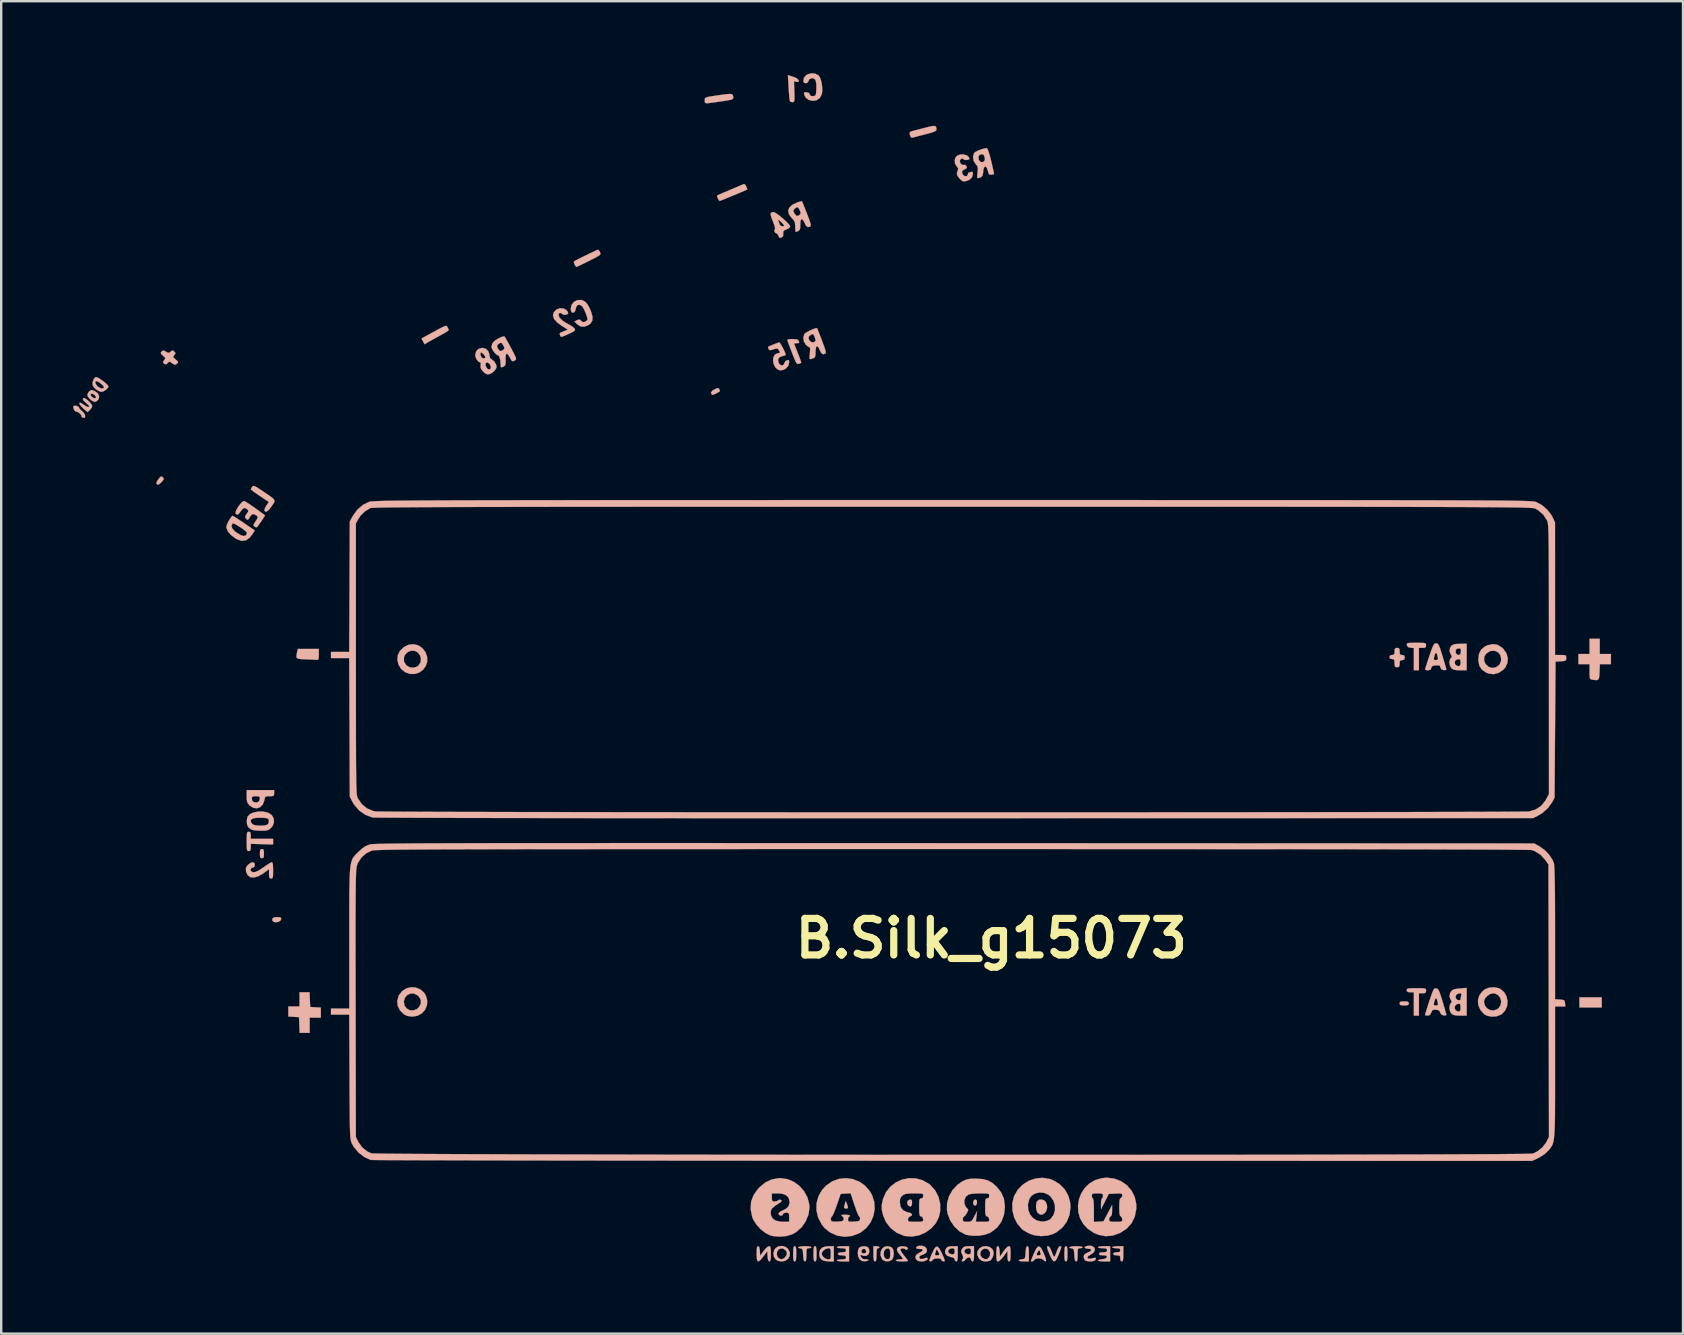
<source format=kicad_pcb>
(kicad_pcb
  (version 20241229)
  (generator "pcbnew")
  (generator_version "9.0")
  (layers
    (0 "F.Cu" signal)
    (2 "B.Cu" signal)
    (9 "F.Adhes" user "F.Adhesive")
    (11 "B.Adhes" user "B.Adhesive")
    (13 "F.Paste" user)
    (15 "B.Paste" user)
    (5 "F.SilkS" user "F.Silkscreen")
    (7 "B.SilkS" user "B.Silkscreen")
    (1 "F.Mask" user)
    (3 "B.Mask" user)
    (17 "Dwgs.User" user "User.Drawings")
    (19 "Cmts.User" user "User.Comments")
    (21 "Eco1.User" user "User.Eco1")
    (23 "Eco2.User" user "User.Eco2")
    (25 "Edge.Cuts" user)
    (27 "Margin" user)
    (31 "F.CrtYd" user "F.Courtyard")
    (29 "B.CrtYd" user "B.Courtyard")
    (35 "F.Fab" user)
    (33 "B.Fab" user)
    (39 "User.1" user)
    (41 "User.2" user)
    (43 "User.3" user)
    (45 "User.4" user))
  (footprint "B.Silk_g15073"
    (layer "F.Cu")
    (at 38.261 36.058)
    (property "Reference" "B.Silk_g15073" (at 0 0 0) (layer "F.SilkS") (effects (font (size 1.524 1.524) (thickness 0.3))))
    (attr through_hole)
    (fp_poly (pts (xy 25.442 2.879) (xy 24.511 2.879) (xy 24.511 2.455) (xy 25.442 2.455) (xy 25.442 2.879)) (stroke (width 0.01) (type solid)) (fill yes) (layer "B.SilkS"))
    (fp_poly (pts (xy -0.606 10.916) (xy -0.593 11.007) (xy -0.615 11.099) (xy -0.667 11.137) (xy -0.723 11.112) (xy -0.747 11.07) (xy -0.754 10.972) (xy -0.711 10.899) (xy -0.657 10.88) (xy -0.606 10.916)) (stroke (width 0.01) (type solid)) (fill yes) (layer "B.SilkS"))
    (fp_poly (pts (xy -6.017 11.062) (xy -5.977 11.18) (xy -5.98 11.24) (xy -6.031 11.26) (xy -6.054 11.261) (xy -6.12 11.239) (xy -6.134 11.208) (xy -6.119 11.128) (xy -6.098 11.049) (xy -6.066 10.943) (xy -6.017 11.062)) (stroke (width 0.01) (type solid)) (fill yes) (layer "B.SilkS"))
    (fp_poly (pts (xy -3.333 10.889) (xy -3.307 10.934) (xy -3.302 11.025) (xy -3.321 11.138) (xy -3.372 11.178) (xy -3.445 11.141) (xy -3.47 11.115) (xy -3.508 11.019) (xy -3.481 10.933) (xy -3.397 10.887) (xy -3.333 10.889)) (stroke (width 0.01) (type solid)) (fill yes) (layer "B.SilkS"))
    (fp_poly (pts (xy -29.647 -0.881) (xy -29.599 -0.851) (xy -29.591 -0.809) (xy -29.627 -0.737) (xy -29.713 -0.689) (xy -29.819 -0.672) (xy -29.912 -0.692) (xy -29.956 -0.739) (xy -29.96 -0.825) (xy -29.892 -0.874) (xy -29.758 -0.889) (xy -29.647 -0.881)) (stroke (width 0.01) (type solid)) (fill yes) (layer "B.SilkS"))
    (fp_poly (pts (xy -34.529 -19.221) (xy -34.526 -19.218) (xy -34.489 -19.17) (xy -34.498 -19.119) (xy -34.558 -19.04) (xy -34.576 -19.02) (xy -34.66 -18.943) (xy -34.729 -18.908) (xy -34.745 -18.909) (xy -34.793 -18.957) (xy -34.773 -19.042) (xy -34.695 -19.156) (xy -34.624 -19.235) (xy -34.577 -19.254) (xy -34.529 -19.221)) (stroke (width 0.01) (type solid)) (fill yes) (layer "B.SilkS"))
    (fp_poly (pts (xy -28.397 2.551) (xy -28.384 2.857) (xy -28.162 2.87) (xy -27.94 2.883) (xy -27.94 3.302) (xy -28.406 3.302) (xy -28.406 3.937) (xy -28.825 3.937) (xy -28.85 3.281) (xy -29.295 3.255) (xy -29.295 2.836) (xy -28.829 2.836) (xy -28.829 2.244) (xy -28.409 2.244) (xy -28.397 2.551)) (stroke (width 0.01) (type solid)) (fill yes) (layer "B.SilkS"))
    (fp_poly (pts (xy -11.343 -22.9) (xy -11.311 -22.837) (xy -11.324 -22.793) (xy -11.397 -22.747) (xy -11.453 -22.72) (xy -11.557 -22.671) (xy -11.61 -22.653) (xy -11.637 -22.659) (xy -11.656 -22.677) (xy -11.682 -22.745) (xy -11.628 -22.819) (xy -11.533 -22.88) (xy -11.432 -22.928) (xy -11.376 -22.933) (xy -11.343 -22.9)) (stroke (width 0.01) (type solid)) (fill yes) (layer "B.SilkS"))
    (fp_poly (pts (xy 2.204 10.918) (xy 2.262 10.974) (xy 2.321 11.105) (xy 2.326 11.239) (xy 2.29 11.36) (xy 2.222 11.455) (xy 2.132 11.508) (xy 2.031 11.506) (xy 1.933 11.437) (xy 1.883 11.333) (xy 1.864 11.187) (xy 1.878 11.04) (xy 1.906 10.962) (xy 1.984 10.894) (xy 2.094 10.88) (xy 2.204 10.918)) (stroke (width 0.01) (type solid)) (fill yes) (layer "B.SilkS"))
    (fp_poly (pts (xy -30.342 -3.713) (xy -30.317 -3.661) (xy -30.311 -3.549) (xy -30.311 -3.535) (xy -30.316 -3.416) (xy -30.339 -3.359) (xy -30.389 -3.344) (xy -30.395 -3.344) (xy -30.448 -3.357) (xy -30.473 -3.409) (xy -30.48 -3.521) (xy -30.48 -3.535) (xy -30.474 -3.654) (xy -30.451 -3.71) (xy -30.401 -3.725) (xy -30.395 -3.725) (xy -30.342 -3.713)) (stroke (width 0.01) (type solid)) (fill yes) (layer "B.SilkS"))
    (fp_poly (pts (xy -8.158 12.844) (xy -8.138 12.904) (xy -8.129 13.023) (xy -8.128 13.145) (xy -8.131 13.312) (xy -8.143 13.41) (xy -8.167 13.455) (xy -8.191 13.462) (xy -8.225 13.445) (xy -8.245 13.385) (xy -8.254 13.266) (xy -8.255 13.145) (xy -8.252 12.977) (xy -8.24 12.879) (xy -8.216 12.834) (xy -8.191 12.827) (xy -8.158 12.844)) (stroke (width 0.01) (type solid)) (fill yes) (layer "B.SilkS"))
    (fp_poly (pts (xy -7.311 12.844) (xy -7.292 12.904) (xy -7.283 13.023) (xy -7.281 13.145) (xy -7.285 13.312) (xy -7.297 13.41) (xy -7.32 13.455) (xy -7.345 13.462) (xy -7.378 13.445) (xy -7.398 13.385) (xy -7.407 13.266) (xy -7.408 13.145) (xy -7.405 12.977) (xy -7.393 12.879) (xy -7.369 12.834) (xy -7.345 12.827) (xy -7.311 12.844)) (stroke (width 0.01) (type solid)) (fill yes) (layer "B.SilkS"))
    (fp_poly (pts (xy 3.145 12.844) (xy 3.165 12.904) (xy 3.174 13.023) (xy 3.175 13.145) (xy 3.172 13.312) (xy 3.16 13.41) (xy 3.136 13.455) (xy 3.111 13.462) (xy 3.078 13.445) (xy 3.058 13.385) (xy 3.049 13.266) (xy 3.048 13.145) (xy 3.051 12.977) (xy 3.063 12.879) (xy 3.087 12.834) (xy 3.111 12.827) (xy 3.145 12.844)) (stroke (width 0.01) (type solid)) (fill yes) (layer "B.SilkS"))
    (fp_poly (pts (xy 17.328 2.63) (xy 17.384 2.653) (xy 17.399 2.703) (xy 17.399 2.709) (xy 17.387 2.762) (xy 17.335 2.787) (xy 17.222 2.794) (xy 17.209 2.794) (xy 17.089 2.788) (xy 17.033 2.765) (xy 17.018 2.715) (xy 17.018 2.709) (xy 17.03 2.656) (xy 17.082 2.631) (xy 17.195 2.625) (xy 17.209 2.625) (xy 17.328 2.63)) (stroke (width 0.01) (type solid)) (fill yes) (layer "B.SilkS"))
    (fp_poly (pts (xy -28.025 -11.832) (xy -28.029 -11.697) (xy -28.045 -11.629) (xy -28.079 -11.607) (xy -28.099 -11.608) (xy -28.172 -11.613) (xy -28.307 -11.62) (xy -28.479 -11.628) (xy -28.564 -11.631) (xy -28.756 -11.639) (xy -28.877 -11.654) (xy -28.94 -11.688) (xy -28.958 -11.75) (xy -28.945 -11.853) (xy -28.93 -11.933) (xy -28.903 -12.065) (xy -28.025 -12.065) (xy -28.025 -11.832)) (stroke (width 0.01) (type solid)) (fill yes) (layer "B.SilkS"))
    (fp_poly (pts (xy -4.694 12.839) (xy -4.657 12.869) (xy -4.657 12.869) (xy -4.691 12.907) (xy -4.72 12.912) (xy -4.756 12.93) (xy -4.776 12.996) (xy -4.783 13.124) (xy -4.784 13.187) (xy -4.788 13.341) (xy -4.803 13.427) (xy -4.833 13.46) (xy -4.847 13.462) (xy -4.881 13.445) (xy -4.9 13.385) (xy -4.909 13.266) (xy -4.911 13.145) (xy -4.911 12.827) (xy -4.784 12.827) (xy -4.694 12.839)) (stroke (width 0.01) (type solid)) (fill yes) (layer "B.SilkS"))
    (fp_poly (pts (xy -22.693 -25.517) (xy -22.67 -25.488) (xy -22.661 -25.472) (xy -22.621 -25.39) (xy -22.608 -25.351) (xy -22.642 -25.32) (xy -22.735 -25.26) (xy -22.872 -25.18) (xy -22.976 -25.123) (xy -23.152 -25.027) (xy -23.315 -24.937) (xy -23.441 -24.866) (xy -23.482 -24.842) (xy -23.618 -24.761) (xy -23.68 -24.882) (xy -23.743 -25.003) (xy -23.228 -25.284) (xy -23.023 -25.395) (xy -22.88 -25.47) (xy -22.786 -25.512) (xy -22.728 -25.527) (xy -22.693 -25.517)) (stroke (width 0.01) (type solid)) (fill yes) (layer "B.SilkS"))
    (fp_poly (pts (xy 1.538 12.845) (xy 1.557 12.91) (xy 1.565 13.036) (xy 1.566 13.145) (xy 1.566 13.462) (xy 1.355 13.462) (xy 1.234 13.455) (xy 1.157 13.437) (xy 1.143 13.422) (xy 1.18 13.392) (xy 1.27 13.371) (xy 1.281 13.369) (xy 1.356 13.359) (xy 1.398 13.332) (xy 1.418 13.269) (xy 1.428 13.148) (xy 1.431 13.092) (xy 1.444 12.937) (xy 1.467 12.853) (xy 1.503 12.827) (xy 1.505 12.827) (xy 1.538 12.845)) (stroke (width 0.01) (type solid)) (fill yes) (layer "B.SilkS"))
    (fp_poly (pts (xy 25.358 -11.853) (xy 25.823 -11.853) (xy 25.823 -11.43) (xy 25.361 -11.43) (xy 25.349 -11.102) (xy 25.339 -10.927) (xy 25.318 -10.822) (xy 25.272 -10.773) (xy 25.186 -10.764) (xy 25.051 -10.782) (xy 24.991 -10.795) (xy 24.957 -10.823) (xy 24.94 -10.886) (xy 24.935 -11.001) (xy 24.934 -11.115) (xy 24.934 -11.43) (xy 24.469 -11.43) (xy 24.469 -11.853) (xy 24.934 -11.853) (xy 24.934 -12.488) (xy 25.358 -12.488) (xy 25.358 -11.853)) (stroke (width 0.01) (type solid)) (fill yes) (layer "B.SilkS"))
    (fp_poly (pts (xy -8.262 -35.91) (xy -8.108 -35.845) (xy -8.033 -35.773) (xy -8.028 -35.76) (xy -8.026 -35.703) (xy -8.076 -35.693) (xy -8.114 -35.699) (xy -8.222 -35.719) (xy -8.207 -35.29) (xy -8.201 -35.096) (xy -8.201 -34.971) (xy -8.211 -34.899) (xy -8.233 -34.864) (xy -8.269 -34.851) (xy -8.283 -34.848) (xy -8.369 -34.867) (xy -8.396 -34.912) (xy -8.407 -34.983) (xy -8.421 -35.119) (xy -8.435 -35.299) (xy -8.446 -35.483) (xy -8.475 -35.978) (xy -8.262 -35.91)) (stroke (width 0.01) (type solid)) (fill yes) (layer "B.SilkS"))
    (fp_poly (pts (xy 17.903 2.075) (xy 18.02 2.08) (xy 18.085 2.093) (xy 18.112 2.119) (xy 18.119 2.162) (xy 18.119 2.18) (xy 18.108 2.252) (xy 18.058 2.281) (xy 17.971 2.286) (xy 17.822 2.286) (xy 17.822 3.217) (xy 17.611 3.217) (xy 17.611 2.244) (xy 17.462 2.244) (xy 17.36 2.234) (xy 17.319 2.197) (xy 17.314 2.159) (xy 17.32 2.12) (xy 17.349 2.095) (xy 17.416 2.081) (xy 17.537 2.075) (xy 17.716 2.074) (xy 17.903 2.075)) (stroke (width 0.01) (type solid)) (fill yes) (layer "B.SilkS"))
    (fp_poly (pts (xy -30.887 -4.428) (xy -30.864 -4.364) (xy -30.861 -4.297) (xy -30.861 -4.149) (xy -29.93 -4.149) (xy -29.93 -4.032) (xy -29.929 -3.916) (xy -30.395 -3.929) (xy -30.861 -3.942) (xy -30.861 -3.791) (xy -30.87 -3.688) (xy -30.906 -3.646) (xy -30.946 -3.641) (xy -30.985 -3.647) (xy -31.01 -3.675) (xy -31.023 -3.742) (xy -31.029 -3.863) (xy -31.03 -4.043) (xy -31.029 -4.23) (xy -31.023 -4.348) (xy -31.009 -4.412) (xy -30.983 -4.44) (xy -30.946 -4.445) (xy -30.887 -4.428)) (stroke (width 0.01) (type solid)) (fill yes) (layer "B.SilkS"))
    (fp_poly (pts (xy -10.258 -31.418) (xy -10.213 -31.34) (xy -10.211 -31.333) (xy -10.167 -31.208) (xy -10.731 -30.971) (xy -10.933 -30.887) (xy -11.107 -30.816) (xy -11.238 -30.764) (xy -11.311 -30.737) (xy -11.321 -30.734) (xy -11.356 -30.768) (xy -11.395 -30.84) (xy -11.425 -30.922) (xy -11.426 -30.96) (xy -11.385 -30.98) (xy -11.282 -31.025) (xy -11.135 -31.088) (xy -10.959 -31.163) (xy -10.772 -31.243) (xy -10.59 -31.32) (xy -10.431 -31.387) (xy -10.309 -31.437) (xy -10.303 -31.439) (xy -10.258 -31.418)) (stroke (width 0.01) (type solid)) (fill yes) (layer "B.SilkS"))
    (fp_poly (pts (xy 17.901 -12.318) (xy 18.019 -12.313) (xy 18.084 -12.3) (xy 18.112 -12.274) (xy 18.119 -12.232) (xy 18.119 -12.213) (xy 18.108 -12.142) (xy 18.058 -12.112) (xy 17.971 -12.107) (xy 17.822 -12.107) (xy 17.822 -11.176) (xy 17.611 -11.176) (xy 17.611 -12.102) (xy 17.473 -12.115) (xy 17.37 -12.141) (xy 17.327 -12.201) (xy 17.322 -12.224) (xy 17.319 -12.268) (xy 17.337 -12.296) (xy 17.39 -12.311) (xy 17.493 -12.317) (xy 17.662 -12.319) (xy 17.714 -12.319) (xy 17.901 -12.318)) (stroke (width 0.01) (type solid)) (fill yes) (layer "B.SilkS"))
    (fp_poly (pts (xy -38.111 -22.189) (xy -38.038 -22.153) (xy -38.015 -22.117) (xy -37.984 -22.058) (xy -37.905 -21.984) (xy -37.888 -21.971) (xy -37.809 -21.892) (xy -37.768 -21.806) (xy -37.764 -21.734) (xy -37.798 -21.694) (xy -37.869 -21.707) (xy -37.89 -21.719) (xy -37.924 -21.752) (xy -37.913 -21.759) (xy -37.912 -21.785) (xy -37.959 -21.85) (xy -37.974 -21.866) (xy -38.056 -21.933) (xy -38.125 -21.954) (xy -38.131 -21.952) (xy -38.181 -21.971) (xy -38.228 -22.039) (xy -38.256 -22.121) (xy -38.249 -22.181) (xy -38.195 -22.202) (xy -38.111 -22.189)) (stroke (width 0.01) (type solid)) (fill yes) (layer "B.SilkS"))
    (fp_poly (pts (xy -2.343 -33.856) (xy -2.302 -33.824) (xy -2.287 -33.76) (xy -2.286 -33.702) (xy -2.303 -33.664) (xy -2.361 -33.628) (xy -2.472 -33.587) (xy -2.648 -33.537) (xy -2.762 -33.508) (xy -2.956 -33.458) (xy -3.121 -33.415) (xy -3.239 -33.383) (xy -3.291 -33.368) (xy -3.346 -33.385) (xy -3.365 -33.418) (xy -3.397 -33.518) (xy -3.406 -33.549) (xy -3.387 -33.608) (xy -3.311 -33.64) (xy -3.222 -33.663) (xy -3.075 -33.7) (xy -2.892 -33.748) (xy -2.764 -33.781) (xy -2.56 -33.832) (xy -2.425 -33.858) (xy -2.343 -33.856)) (stroke (width 0.01) (type solid)) (fill yes) (layer "B.SilkS"))
    (fp_poly (pts (xy -37.737 -22.492) (xy -37.646 -22.419) (xy -37.555 -22.326) (xy -37.487 -22.24) (xy -37.466 -22.189) (xy -37.495 -22.112) (xy -37.564 -22.027) (xy -37.661 -21.934) (xy -37.846 -22.093) (xy -37.949 -22.197) (xy -37.999 -22.276) (xy -37.997 -22.32) (xy -37.945 -22.317) (xy -37.843 -22.257) (xy -37.829 -22.246) (xy -37.707 -22.167) (xy -37.625 -22.141) (xy -37.592 -22.172) (xy -37.592 -22.178) (xy -37.623 -22.224) (xy -37.701 -22.296) (xy -37.741 -22.329) (xy -37.832 -22.415) (xy -37.863 -22.482) (xy -37.83 -22.518) (xy -37.803 -22.521) (xy -37.737 -22.492)) (stroke (width 0.01) (type solid)) (fill yes) (layer "B.SilkS"))
    (fp_poly (pts (xy -16.348 -28.668) (xy -16.306 -28.596) (xy -16.289 -28.552) (xy -16.292 -28.515) (xy -16.324 -28.476) (xy -16.398 -28.426) (xy -16.524 -28.358) (xy -16.712 -28.263) (xy -16.764 -28.236) (xy -16.952 -28.143) (xy -17.112 -28.065) (xy -17.23 -28.009) (xy -17.289 -27.983) (xy -17.293 -27.982) (xy -17.325 -28.016) (xy -17.364 -28.088) (xy -17.394 -28.171) (xy -17.395 -28.211) (xy -17.347 -28.239) (xy -17.242 -28.295) (xy -17.097 -28.368) (xy -16.93 -28.45) (xy -16.76 -28.533) (xy -16.603 -28.608) (xy -16.478 -28.666) (xy -16.403 -28.698) (xy -16.391 -28.702) (xy -16.348 -28.668)) (stroke (width 0.01) (type solid)) (fill yes) (layer "B.SilkS"))
    (fp_poly (pts (xy -7.624 12.833) (xy -7.526 12.849) (xy -7.493 12.869) (xy -7.529 12.901) (xy -7.599 12.912) (xy -7.656 12.916) (xy -7.687 12.944) (xy -7.701 13.012) (xy -7.705 13.142) (xy -7.705 13.187) (xy -7.709 13.342) (xy -7.725 13.429) (xy -7.755 13.461) (xy -7.766 13.462) (xy -7.803 13.438) (xy -7.827 13.357) (xy -7.84 13.205) (xy -7.84 13.197) (xy -7.85 13.051) (xy -7.868 12.969) (xy -7.901 12.932) (xy -7.948 12.919) (xy -8.034 12.898) (xy -8.047 12.873) (xy -7.995 12.849) (xy -7.89 12.832) (xy -7.768 12.827) (xy -7.624 12.833)) (stroke (width 0.01) (type solid)) (fill yes) (layer "B.SilkS"))
    (fp_poly (pts (xy 3.679 12.833) (xy 3.777 12.849) (xy 3.81 12.869) (xy 3.774 12.901) (xy 3.704 12.912) (xy 3.647 12.916) (xy 3.616 12.944) (xy 3.602 13.012) (xy 3.598 13.142) (xy 3.598 13.187) (xy 3.594 13.342) (xy 3.578 13.429) (xy 3.548 13.461) (xy 3.537 13.462) (xy 3.5 13.438) (xy 3.476 13.357) (xy 3.463 13.205) (xy 3.463 13.197) (xy 3.453 13.051) (xy 3.435 12.969) (xy 3.402 12.932) (xy 3.355 12.919) (xy 3.269 12.898) (xy 3.256 12.873) (xy 3.308 12.849) (xy 3.413 12.832) (xy 3.535 12.827) (xy 3.679 12.833)) (stroke (width 0.01) (type solid)) (fill yes) (layer "B.SilkS"))
    (fp_poly (pts (xy -10.81 -35.18) (xy -10.768 -35.141) (xy -10.754 -35.074) (xy -10.753 -35.042) (xy -10.757 -35.008) (xy -10.776 -34.982) (xy -10.824 -34.96) (xy -10.912 -34.938) (xy -11.054 -34.913) (xy -11.26 -34.883) (xy -11.4 -34.863) (xy -11.621 -34.831) (xy -11.772 -34.812) (xy -11.865 -34.806) (xy -11.915 -34.815) (xy -11.935 -34.841) (xy -11.938 -34.885) (xy -11.938 -34.923) (xy -11.938 -34.972) (xy -11.932 -35.008) (xy -11.906 -35.035) (xy -11.849 -35.058) (xy -11.75 -35.08) (xy -11.597 -35.105) (xy -11.378 -35.137) (xy -11.241 -35.157) (xy -11.033 -35.184) (xy -10.894 -35.193) (xy -10.81 -35.18)) (stroke (width 0.01) (type solid)) (fill yes) (layer "B.SilkS"))
    (fp_poly (pts (xy 2.899 12.832) (xy 2.915 12.855) (xy 2.905 12.913) (xy 2.868 13.021) (xy 2.808 13.175) (xy 2.732 13.348) (xy 2.666 13.442) (xy 2.603 13.455) (xy 2.537 13.387) (xy 2.461 13.238) (xy 2.421 13.145) (xy 2.359 12.987) (xy 2.328 12.892) (xy 2.327 12.843) (xy 2.352 12.828) (xy 2.365 12.827) (xy 2.424 12.862) (xy 2.483 12.97) (xy 2.516 13.058) (xy 2.564 13.179) (xy 2.605 13.255) (xy 2.628 13.27) (xy 2.659 13.221) (xy 2.702 13.118) (xy 2.731 13.038) (xy 2.783 12.914) (xy 2.836 12.839) (xy 2.861 12.827) (xy 2.899 12.832)) (stroke (width 0.01) (type solid)) (fill yes) (layer "B.SilkS"))
    (fp_poly (pts (xy -30.679 -18.839) (xy -30.586 -18.787) (xy -30.445 -18.694) (xy -30.348 -18.629) (xy -30.143 -18.491) (xy -30.001 -18.391) (xy -29.913 -18.317) (xy -29.873 -18.257) (xy -29.874 -18.199) (xy -29.909 -18.131) (xy -29.972 -18.041) (xy -29.99 -18.014) (xy -30.105 -17.865) (xy -30.192 -17.791) (xy -30.258 -17.79) (xy -30.291 -17.825) (xy -30.286 -17.884) (xy -30.242 -17.982) (xy -30.213 -18.03) (xy -30.107 -18.19) (xy -30.483 -18.44) (xy -30.636 -18.544) (xy -30.76 -18.632) (xy -30.839 -18.692) (xy -30.86 -18.714) (xy -30.839 -18.763) (xy -30.803 -18.817) (xy -30.773 -18.849) (xy -30.737 -18.858) (xy -30.679 -18.839)) (stroke (width 0.01) (type solid)) (fill yes) (layer "B.SilkS"))
    (fp_poly (pts (xy -6.562 13.462) (xy -6.769 13.462) (xy -6.963 13.438) (xy -7.073 13.383) (xy -7.149 13.285) (xy -7.171 13.145) (xy -7.07 13.145) (xy -7.033 13.237) (xy -6.945 13.322) (xy -6.836 13.372) (xy -6.795 13.377) (xy -6.734 13.371) (xy -6.702 13.339) (xy -6.69 13.261) (xy -6.689 13.145) (xy -6.691 13.011) (xy -6.706 12.942) (xy -6.742 12.915) (xy -6.795 12.912) (xy -6.904 12.942) (xy -7.004 13.017) (xy -7.064 13.109) (xy -7.07 13.145) (xy -7.171 13.145) (xy -7.141 12.989) (xy -7.047 12.886) (xy -6.888 12.835) (xy -6.769 12.827) (xy -6.562 12.827) (xy -6.562 13.462)) (stroke (width 0.01) (type solid)) (fill yes) (layer "B.SilkS"))
    (fp_poly (pts (xy 5.503 13.145) (xy 5.5 13.312) (xy 5.488 13.41) (xy 5.464 13.455) (xy 5.44 13.462) (xy 5.389 13.424) (xy 5.376 13.335) (xy 5.368 13.25) (xy 5.326 13.215) (xy 5.228 13.208) (xy 5.119 13.194) (xy 5.08 13.15) (xy 5.08 13.145) (xy 5.112 13.098) (xy 5.215 13.081) (xy 5.228 13.081) (xy 5.33 13.072) (xy 5.371 13.035) (xy 5.376 12.996) (xy 5.362 12.941) (xy 5.305 12.916) (xy 5.207 12.912) (xy 5.101 12.902) (xy 5.042 12.879) (xy 5.038 12.869) (xy 5.076 12.846) (xy 5.175 12.831) (xy 5.271 12.827) (xy 5.503 12.827) (xy 5.503 13.145)) (stroke (width 0.01) (type solid)) (fill yes) (layer "B.SilkS"))
    (fp_poly (pts (xy -37.379 -22.815) (xy -37.359 -22.805) (xy -37.236 -22.715) (xy -37.18 -22.603) (xy -37.198 -22.487) (xy -37.234 -22.435) (xy -37.315 -22.368) (xy -37.395 -22.363) (xy -37.498 -22.423) (xy -37.546 -22.462) (xy -37.649 -22.575) (xy -37.661 -22.638) (xy -37.538 -22.638) (xy -37.481 -22.569) (xy -37.469 -22.559) (xy -37.383 -22.506) (xy -37.325 -22.518) (xy -37.321 -22.523) (xy -37.307 -22.574) (xy -37.364 -22.643) (xy -37.377 -22.653) (xy -37.463 -22.706) (xy -37.52 -22.694) (xy -37.525 -22.689) (xy -37.538 -22.638) (xy -37.661 -22.638) (xy -37.669 -22.68) (xy -37.608 -22.781) (xy -37.591 -22.797) (xy -37.529 -22.845) (xy -37.47 -22.85) (xy -37.379 -22.815)) (stroke (width 0.01) (type solid)) (fill yes) (layer "B.SilkS"))
    (fp_poly (pts (xy -8.557 12.866) (xy -8.479 12.931) (xy -8.396 13.075) (xy -8.398 13.22) (xy -8.47 13.35) (xy -8.586 13.436) (xy -8.737 13.465) (xy -8.891 13.434) (xy -8.978 13.383) (xy -9.056 13.271) (xy -9.07 13.178) (xy -8.939 13.178) (xy -8.9 13.287) (xy -8.866 13.321) (xy -8.758 13.373) (xy -8.66 13.348) (xy -8.594 13.293) (xy -8.519 13.177) (xy -8.529 13.063) (xy -8.579 12.989) (xy -8.687 12.919) (xy -8.807 12.933) (xy -8.866 12.968) (xy -8.928 13.059) (xy -8.939 13.178) (xy -9.07 13.178) (xy -9.078 13.127) (xy -9.043 12.984) (xy -8.988 12.906) (xy -8.858 12.83) (xy -8.704 12.817) (xy -8.557 12.866)) (stroke (width 0.01) (type solid)) (fill yes) (layer "B.SilkS"))
    (fp_poly (pts (xy -9.224 12.837) (xy -9.201 12.877) (xy -9.189 12.964) (xy -9.186 13.117) (xy -9.186 13.145) (xy -9.19 13.313) (xy -9.202 13.412) (xy -9.227 13.456) (xy -9.248 13.462) (xy -9.289 13.432) (xy -9.314 13.335) (xy -9.322 13.248) (xy -9.335 13.033) (xy -9.494 13.248) (xy -9.609 13.39) (xy -9.689 13.456) (xy -9.741 13.444) (xy -9.769 13.352) (xy -9.779 13.179) (xy -9.779 13.145) (xy -9.775 12.976) (xy -9.763 12.877) (xy -9.738 12.833) (xy -9.718 12.827) (xy -9.675 12.859) (xy -9.65 12.962) (xy -9.644 13.028) (xy -9.631 13.229) (xy -9.486 13.028) (xy -9.392 12.915) (xy -9.307 12.843) (xy -9.264 12.827) (xy -9.224 12.837)) (stroke (width 0.01) (type solid)) (fill yes) (layer "B.SilkS"))
    (fp_poly (pts (xy -8.137 -24.969) (xy -8.055 -24.944) (xy -8.027 -24.91) (xy -8.005 -24.836) (xy -8.033 -24.811) (xy -8.107 -24.807) (xy -8.186 -24.8) (xy -8.213 -24.786) (xy -8.198 -24.741) (xy -8.158 -24.634) (xy -8.1 -24.486) (xy -8.059 -24.382) (xy -7.996 -24.218) (xy -7.948 -24.086) (xy -7.923 -24.004) (xy -7.922 -23.985) (xy -7.97 -23.963) (xy -8.027 -23.944) (xy -8.068 -23.939) (xy -8.104 -23.961) (xy -8.145 -24.022) (xy -8.196 -24.135) (xy -8.266 -24.311) (xy -8.29 -24.373) (xy -8.362 -24.561) (xy -8.424 -24.726) (xy -8.47 -24.847) (xy -8.491 -24.903) (xy -8.496 -24.945) (xy -8.461 -24.967) (xy -8.368 -24.976) (xy -8.285 -24.977) (xy -8.137 -24.969)) (stroke (width 0.01) (type solid)) (fill yes) (layer "B.SilkS"))
    (fp_poly (pts (xy -0.073 12.858) (xy 0.039 12.94) (xy 0.094 13.054) (xy 0.091 13.179) (xy 0.048 13.309) (xy -0.02 13.407) (xy -0.062 13.434) (xy -0.233 13.466) (xy -0.39 13.436) (xy -0.505 13.35) (xy -0.581 13.2) (xy -0.58 13.181) (xy -0.459 13.181) (xy -0.406 13.282) (xy -0.372 13.311) (xy -0.259 13.37) (xy -0.17 13.359) (xy -0.107 13.309) (xy -0.05 13.202) (xy -0.053 13.081) (xy -0.111 12.979) (xy -0.179 12.936) (xy -0.299 12.929) (xy -0.394 12.982) (xy -0.451 13.074) (xy -0.459 13.181) (xy -0.58 13.181) (xy -0.578 13.052) (xy -0.496 12.921) (xy -0.492 12.916) (xy -0.362 12.841) (xy -0.214 12.823) (xy -0.073 12.858)) (stroke (width 0.01) (type solid)) (fill yes) (layer "B.SilkS"))
    (fp_poly (pts (xy -4.221 12.846) (xy -4.132 12.892) (xy -4.131 12.894) (xy -4.08 12.994) (xy -4.063 13.134) (xy -4.081 13.275) (xy -4.131 13.381) (xy -4.141 13.392) (xy -4.26 13.453) (xy -4.394 13.457) (xy -4.511 13.407) (xy -4.548 13.368) (xy -4.611 13.223) (xy -4.611 13.141) (xy -4.487 13.141) (xy -4.462 13.281) (xy -4.389 13.358) (xy -4.297 13.368) (xy -4.246 13.348) (xy -4.22 13.293) (xy -4.212 13.179) (xy -4.212 13.145) (xy -4.218 13.013) (xy -4.242 12.945) (xy -4.288 12.919) (xy -4.394 12.935) (xy -4.464 13.018) (xy -4.487 13.141) (xy -4.611 13.141) (xy -4.612 13.075) (xy -4.559 12.946) (xy -4.461 12.857) (xy -4.34 12.827) (xy -4.221 12.846)) (stroke (width 0.01) (type solid)) (fill yes) (layer "B.SilkS"))
    (fp_poly (pts (xy -2.757 12.857) (xy -2.693 12.934) (xy -2.681 13.024) (xy -2.726 13.11) (xy -2.836 13.175) (xy -2.882 13.187) (xy -2.972 13.23) (xy -3.005 13.291) (xy -2.973 13.347) (xy -2.945 13.361) (xy -2.863 13.36) (xy -2.796 13.336) (xy -2.709 13.309) (xy -2.654 13.322) (xy -2.65 13.364) (xy -2.69 13.405) (xy -2.805 13.454) (xy -2.939 13.463) (xy -3.06 13.435) (xy -3.134 13.374) (xy -3.164 13.271) (xy -3.125 13.187) (xy -3.01 13.107) (xy -2.98 13.093) (xy -2.874 13.027) (xy -2.847 12.975) (xy -2.898 12.945) (xy -2.995 12.942) (xy -3.099 12.93) (xy -3.134 12.889) (xy -3.097 12.842) (xy -3.016 12.814) (xy -2.867 12.812) (xy -2.757 12.857)) (stroke (width 0.01) (type solid)) (fill yes) (layer "B.SilkS"))
    (fp_poly (pts (xy -1.397 13.145) (xy -1.4 13.312) (xy -1.412 13.41) (xy -1.436 13.455) (xy -1.46 13.462) (xy -1.513 13.427) (xy -1.524 13.383) (xy -1.547 13.325) (xy -1.629 13.289) (xy -1.695 13.276) (xy -1.839 13.224) (xy -1.917 13.132) (xy -1.921 13.054) (xy -1.802 13.054) (xy -1.759 13.123) (xy -1.665 13.163) (xy -1.625 13.166) (xy -1.552 13.151) (xy -1.526 13.09) (xy -1.524 13.039) (xy -1.536 12.948) (xy -1.584 12.914) (xy -1.625 12.912) (xy -1.726 12.937) (xy -1.778 12.975) (xy -1.802 13.054) (xy -1.921 13.054) (xy -1.923 13.014) (xy -1.884 12.927) (xy -1.827 12.865) (xy -1.746 12.835) (xy -1.612 12.827) (xy -1.608 12.827) (xy -1.397 12.827) (xy -1.397 13.145)) (stroke (width 0.01) (type solid)) (fill yes) (layer "B.SilkS"))
    (fp_poly (pts (xy 0.314 12.856) (xy 0.339 12.952) (xy 0.347 13.045) (xy 0.36 13.263) (xy 0.508 13.045) (xy 0.6 12.927) (xy 0.683 12.849) (xy 0.73 12.827) (xy 0.768 12.838) (xy 0.791 12.881) (xy 0.802 12.975) (xy 0.804 13.135) (xy 0.804 13.145) (xy 0.801 13.312) (xy 0.789 13.41) (xy 0.765 13.455) (xy 0.741 13.462) (xy 0.702 13.44) (xy 0.682 13.364) (xy 0.677 13.242) (xy 0.677 13.022) (xy 0.519 13.241) (xy 0.425 13.355) (xy 0.339 13.435) (xy 0.286 13.461) (xy 0.248 13.451) (xy 0.225 13.408) (xy 0.214 13.315) (xy 0.212 13.156) (xy 0.212 13.145) (xy 0.215 12.976) (xy 0.228 12.877) (xy 0.252 12.833) (xy 0.273 12.827) (xy 0.314 12.856)) (stroke (width 0.01) (type solid)) (fill yes) (layer "B.SilkS"))
    (fp_poly (pts (xy 4.18 12.817) (xy 4.209 12.826) (xy 4.298 12.892) (xy 4.318 12.983) (xy 4.272 13.08) (xy 4.163 13.164) (xy 4.149 13.172) (xy 4.037 13.242) (xy 4.001 13.302) (xy 4.034 13.341) (xy 4.127 13.349) (xy 4.265 13.318) (xy 4.34 13.308) (xy 4.36 13.349) (xy 4.326 13.416) (xy 4.293 13.436) (xy 4.177 13.46) (xy 4.045 13.457) (xy 3.937 13.432) (xy 3.903 13.411) (xy 3.863 13.331) (xy 3.852 13.26) (xy 3.872 13.184) (xy 3.945 13.127) (xy 4.023 13.092) (xy 4.135 13.033) (xy 4.173 12.981) (xy 4.134 12.944) (xy 4.039 12.933) (xy 3.944 12.921) (xy 3.895 12.894) (xy 3.907 12.852) (xy 3.977 12.821) (xy 4.077 12.807) (xy 4.18 12.817)) (stroke (width 0.01) (type solid)) (fill yes) (layer "B.SilkS"))
    (fp_poly (pts (xy 4.953 13.462) (xy 4.699 13.462) (xy 4.565 13.456) (xy 4.473 13.44) (xy 4.445 13.422) (xy 4.483 13.395) (xy 4.578 13.374) (xy 4.625 13.369) (xy 4.751 13.349) (xy 4.81 13.306) (xy 4.818 13.282) (xy 4.812 13.234) (xy 4.757 13.212) (xy 4.66 13.208) (xy 4.541 13.198) (xy 4.491 13.164) (xy 4.487 13.145) (xy 4.515 13.1) (xy 4.608 13.082) (xy 4.657 13.081) (xy 4.767 13.074) (xy 4.816 13.045) (xy 4.826 12.996) (xy 4.814 12.943) (xy 4.762 12.918) (xy 4.649 12.912) (xy 4.636 12.912) (xy 4.522 12.903) (xy 4.454 12.882) (xy 4.445 12.869) (xy 4.484 12.847) (xy 4.584 12.831) (xy 4.699 12.827) (xy 4.953 12.827) (xy 4.953 13.462)) (stroke (width 0.01) (type solid)) (fill yes) (layer "B.SilkS"))
    (fp_poly (pts (xy -5.927 13.462) (xy -6.181 13.462) (xy -6.316 13.456) (xy -6.408 13.439) (xy -6.435 13.42) (xy -6.397 13.394) (xy -6.301 13.379) (xy -6.244 13.377) (xy -6.125 13.372) (xy -6.069 13.349) (xy -6.054 13.299) (xy -6.054 13.293) (xy -6.068 13.237) (xy -6.125 13.213) (xy -6.223 13.208) (xy -6.341 13.198) (xy -6.389 13.163) (xy -6.392 13.145) (xy -6.364 13.1) (xy -6.272 13.082) (xy -6.223 13.081) (xy -6.112 13.074) (xy -6.063 13.045) (xy -6.054 12.996) (xy -6.066 12.943) (xy -6.118 12.918) (xy -6.23 12.912) (xy -6.244 12.912) (xy -6.358 12.903) (xy -6.426 12.882) (xy -6.435 12.869) (xy -6.396 12.847) (xy -6.295 12.831) (xy -6.181 12.827) (xy -5.927 12.827) (xy -5.927 13.462)) (stroke (width 0.01) (type solid)) (fill yes) (layer "B.SilkS"))
    (fp_poly (pts (xy -3.558 12.848) (xy -3.514 12.868) (xy -3.475 12.916) (xy -3.499 12.956) (xy -3.551 12.981) (xy -3.575 12.958) (xy -3.641 12.918) (xy -3.73 12.919) (xy -3.791 12.957) (xy -3.78 13.01) (xy -3.724 13.104) (xy -3.645 13.208) (xy -3.555 13.318) (xy -3.492 13.401) (xy -3.471 13.438) (xy -3.51 13.451) (xy -3.61 13.459) (xy -3.725 13.462) (xy -3.861 13.456) (xy -3.952 13.439) (xy -3.979 13.42) (xy -3.942 13.392) (xy -3.851 13.378) (xy -3.831 13.377) (xy -3.733 13.371) (xy -3.684 13.355) (xy -3.683 13.351) (xy -3.709 13.306) (xy -3.773 13.224) (xy -3.81 13.18) (xy -3.903 13.059) (xy -3.933 12.97) (xy -3.904 12.897) (xy -3.886 12.878) (xy -3.801 12.84) (xy -3.678 12.829) (xy -3.558 12.848)) (stroke (width 0.01) (type solid)) (fill yes) (layer "B.SilkS"))
    (fp_poly (pts (xy 16.984 -12.096) (xy 17.013 -12.046) (xy 17.018 -11.959) (xy 17.026 -11.859) (xy 17.061 -11.818) (xy 17.124 -11.811) (xy 17.204 -11.794) (xy 17.229 -11.725) (xy 17.23 -11.705) (xy 17.212 -11.625) (xy 17.143 -11.6) (xy 17.124 -11.599) (xy 17.052 -11.588) (xy 17.023 -11.538) (xy 17.018 -11.451) (xy 17.01 -11.351) (xy 16.975 -11.31) (xy 16.912 -11.303) (xy 16.844 -11.312) (xy 16.814 -11.356) (xy 16.806 -11.458) (xy 16.806 -11.472) (xy 16.801 -11.581) (xy 16.773 -11.63) (xy 16.71 -11.642) (xy 16.701 -11.642) (xy 16.618 -11.662) (xy 16.595 -11.726) (xy 16.619 -11.793) (xy 16.701 -11.811) (xy 16.772 -11.822) (xy 16.801 -11.872) (xy 16.806 -11.959) (xy 16.814 -12.059) (xy 16.85 -12.1) (xy 16.912 -12.107) (xy 16.984 -12.096)) (stroke (width 0.01) (type solid)) (fill yes) (layer "B.SilkS"))
    (fp_poly (pts (xy -29.887 -6.054) (xy -29.893 -5.975) (xy -29.925 -5.939) (xy -30.006 -5.927) (xy -30.077 -5.927) (xy -30.195 -5.923) (xy -30.254 -5.898) (xy -30.281 -5.832) (xy -30.295 -5.756) (xy -30.356 -5.586) (xy -30.464 -5.473) (xy -30.603 -5.423) (xy -30.754 -5.442) (xy -30.901 -5.537) (xy -30.907 -5.542) (xy -30.977 -5.623) (xy -31.015 -5.706) (xy -31.028 -5.819) (xy -30.819 -5.819) (xy -30.786 -5.717) (xy -30.723 -5.676) (xy -30.603 -5.664) (xy -30.515 -5.717) (xy -30.48 -5.821) (xy -30.48 -5.822) (xy -30.489 -5.89) (xy -30.534 -5.919) (xy -30.637 -5.927) (xy -30.649 -5.927) (xy -30.758 -5.921) (xy -30.807 -5.894) (xy -30.819 -5.83) (xy -30.819 -5.819) (xy -31.028 -5.819) (xy -31.029 -5.821) (xy -31.03 -5.923) (xy -31.03 -6.181) (xy -29.887 -6.181) (xy -29.887 -6.054)) (stroke (width 0.01) (type solid)) (fill yes) (layer "B.SilkS"))
    (fp_poly (pts (xy -2.171 12.917) (xy -2.088 13.066) (xy -2.047 13.155) (xy -1.979 13.308) (xy -1.945 13.399) (xy -1.941 13.445) (xy -1.966 13.461) (xy -1.991 13.462) (xy -2.059 13.435) (xy -2.074 13.399) (xy -2.102 13.355) (xy -2.194 13.336) (xy -2.245 13.335) (xy -2.381 13.352) (xy -2.44 13.399) (xy -2.485 13.448) (xy -2.545 13.462) (xy -2.581 13.434) (xy -2.582 13.424) (xy -2.566 13.369) (xy -2.523 13.259) (xy -2.483 13.165) (xy -2.346 13.165) (xy -2.33 13.201) (xy -2.263 13.208) (xy -2.185 13.197) (xy -2.161 13.176) (xy -2.18 13.119) (xy -2.218 13.044) (xy -2.274 12.943) (xy -2.32 13.075) (xy -2.346 13.165) (xy -2.483 13.165) (xy -2.462 13.118) (xy -2.456 13.103) (xy -2.375 12.941) (xy -2.306 12.855) (xy -2.241 12.847) (xy -2.171 12.917)) (stroke (width 0.01) (type solid)) (fill yes) (layer "B.SilkS"))
    (fp_poly (pts (xy -37.259 -23.381) (xy -37.158 -23.325) (xy -37.039 -23.244) (xy -36.924 -23.153) (xy -36.834 -23.069) (xy -36.791 -23.007) (xy -36.79 -23.001) (xy -36.821 -22.938) (xy -36.9 -22.864) (xy -36.995 -22.802) (xy -37.077 -22.776) (xy -37.079 -22.776) (xy -37.158 -22.798) (xy -37.265 -22.852) (xy -37.285 -22.865) (xy -37.383 -22.95) (xy -37.445 -23.044) (xy -37.449 -23.058) (xy -37.451 -23.173) (xy -37.34 -23.173) (xy -37.315 -23.097) (xy -37.255 -23.016) (xy -37.224 -22.988) (xy -37.114 -22.925) (xy -37.024 -22.917) (xy -36.974 -22.964) (xy -36.974 -22.966) (xy -36.997 -23.017) (xy -37.068 -23.09) (xy -37.164 -23.165) (xy -37.258 -23.219) (xy -37.27 -23.224) (xy -37.326 -23.223) (xy -37.34 -23.173) (xy -37.451 -23.173) (xy -37.451 -23.181) (xy -37.409 -23.302) (xy -37.339 -23.384) (xy -37.319 -23.394) (xy -37.259 -23.381)) (stroke (width 0.01) (type solid)) (fill yes) (layer "B.SilkS"))
    (fp_poly (pts (xy -23.888 -12.217) (xy -23.713 -12.102) (xy -23.582 -11.934) (xy -23.508 -11.729) (xy -23.507 -11.531) (xy -23.569 -11.351) (xy -23.681 -11.198) (xy -23.833 -11.085) (xy -24.014 -11.022) (xy -24.212 -11.02) (xy -24.416 -11.089) (xy -24.437 -11.101) (xy -24.599 -11.237) (xy -24.704 -11.414) (xy -24.741 -11.574) (xy -24.478 -11.574) (xy -24.462 -11.514) (xy -24.376 -11.381) (xy -24.244 -11.301) (xy -24.09 -11.28) (xy -23.938 -11.323) (xy -23.871 -11.371) (xy -23.787 -11.5) (xy -23.767 -11.658) (xy -23.809 -11.803) (xy -23.91 -11.928) (xy -24.038 -11.988) (xy -24.175 -11.99) (xy -24.305 -11.942) (xy -24.41 -11.852) (xy -24.474 -11.727) (xy -24.478 -11.574) (xy -24.741 -11.574) (xy -24.749 -11.612) (xy -24.729 -11.81) (xy -24.647 -11.977) (xy -24.479 -12.143) (xy -24.286 -12.238) (xy -24.084 -12.262) (xy -23.888 -12.217)) (stroke (width 0.01) (type solid)) (fill yes) (layer "B.SilkS"))
    (fp_poly (pts (xy -23.986 2.046) (xy -23.8 2.12) (xy -23.643 2.256) (xy -23.569 2.372) (xy -23.506 2.581) (xy -23.517 2.785) (xy -23.594 2.97) (xy -23.728 3.12) (xy -23.908 3.222) (xy -24.126 3.26) (xy -24.13 3.26) (xy -24.343 3.228) (xy -24.473 3.164) (xy -24.637 3.009) (xy -24.733 2.819) (xy -24.753 2.642) (xy -24.481 2.642) (xy -24.451 2.802) (xy -24.363 2.921) (xy -24.237 2.99) (xy -24.092 3.003) (xy -23.949 2.953) (xy -23.855 2.871) (xy -23.772 2.72) (xy -23.773 2.568) (xy -23.856 2.424) (xy -23.899 2.381) (xy -24.043 2.302) (xy -24.193 2.295) (xy -24.328 2.351) (xy -24.431 2.461) (xy -24.48 2.616) (xy -24.481 2.642) (xy -24.753 2.642) (xy -24.756 2.611) (xy -24.702 2.402) (xy -24.687 2.37) (xy -24.552 2.196) (xy -24.38 2.084) (xy -24.185 2.034) (xy -23.986 2.046)) (stroke (width 0.01) (type solid)) (fill yes) (layer "B.SilkS"))
    (fp_poly (pts (xy 2.071 12.902) (xy 2.15 13.048) (xy 2.188 13.132) (xy 2.254 13.298) (xy 2.284 13.41) (xy 2.276 13.457) (xy 2.276 13.457) (xy 2.217 13.441) (xy 2.179 13.404) (xy 2.105 13.356) (xy 1.995 13.335) (xy 1.885 13.342) (xy 1.807 13.378) (xy 1.793 13.399) (xy 1.752 13.443) (xy 1.692 13.465) (xy 1.653 13.455) (xy 1.651 13.445) (xy 1.666 13.401) (xy 1.707 13.299) (xy 1.758 13.178) (xy 1.886 13.178) (xy 1.914 13.205) (xy 1.974 13.208) (xy 2.051 13.195) (xy 2.061 13.15) (xy 2.058 13.141) (xy 2.035 13.06) (xy 2.032 13.035) (xy 2.013 12.996) (xy 1.969 13.017) (xy 1.919 13.09) (xy 1.913 13.102) (xy 1.886 13.178) (xy 1.758 13.178) (xy 1.765 13.161) (xy 1.774 13.138) (xy 1.86 12.956) (xy 1.933 12.856) (xy 2.001 12.838) (xy 2.071 12.902)) (stroke (width 0.01) (type solid)) (fill yes) (layer "B.SilkS"))
    (fp_poly (pts (xy 21.097 -12.237) (xy 21.277 -12.126) (xy 21.34 -12.066) (xy 21.469 -11.878) (xy 21.525 -11.674) (xy 21.507 -11.47) (xy 21.414 -11.283) (xy 21.347 -11.208) (xy 21.15 -11.069) (xy 20.941 -11.012) (xy 20.726 -11.037) (xy 20.619 -11.081) (xy 20.447 -11.201) (xy 20.343 -11.358) (xy 20.301 -11.565) (xy 20.301 -11.576) (xy 20.538 -11.576) (xy 20.6 -11.436) (xy 20.726 -11.317) (xy 20.877 -11.27) (xy 21.034 -11.301) (xy 21.053 -11.31) (xy 21.181 -11.411) (xy 21.242 -11.549) (xy 21.25 -11.645) (xy 21.215 -11.806) (xy 21.12 -11.924) (xy 20.983 -11.986) (xy 20.822 -11.981) (xy 20.766 -11.962) (xy 20.621 -11.864) (xy 20.543 -11.73) (xy 20.538 -11.576) (xy 20.301 -11.576) (xy 20.299 -11.634) (xy 20.328 -11.865) (xy 20.418 -12.04) (xy 20.574 -12.167) (xy 20.679 -12.215) (xy 20.9 -12.266) (xy 21.097 -12.237)) (stroke (width 0.01) (type solid)) (fill yes) (layer "B.SilkS"))
    (fp_poly (pts (xy -29.954 -3.148) (xy -29.937 -3.059) (xy -29.93 -2.899) (xy -29.93 -2.836) (xy -29.931 -2.668) (xy -29.94 -2.566) (xy -29.958 -2.516) (xy -29.992 -2.499) (xy -30.014 -2.498) (xy -30.067 -2.51) (xy -30.092 -2.561) (xy -30.099 -2.673) (xy -30.099 -2.69) (xy -30.099 -2.883) (xy -30.339 -2.712) (xy -30.546 -2.59) (xy -30.728 -2.537) (xy -30.878 -2.551) (xy -30.989 -2.631) (xy -31.053 -2.776) (xy -31.058 -2.802) (xy -31.064 -2.922) (xy -31.023 -3.012) (xy -30.974 -3.066) (xy -30.863 -3.151) (xy -30.769 -3.175) (xy -30.707 -3.138) (xy -30.692 -3.069) (xy -30.711 -2.989) (xy -30.747 -2.963) (xy -30.831 -2.936) (xy -30.872 -2.872) (xy -30.855 -2.808) (xy -30.777 -2.759) (xy -30.668 -2.767) (xy -30.519 -2.836) (xy -30.328 -2.963) (xy -30.189 -3.06) (xy -30.072 -3.134) (xy -29.996 -3.172) (xy -29.983 -3.175) (xy -29.954 -3.148)) (stroke (width 0.01) (type solid)) (fill yes) (layer "B.SilkS"))
    (fp_poly (pts (xy -17.829 -26.253) (xy -17.706 -26.186) (xy -17.65 -26.113) (xy -17.632 -26.047) (xy -17.683 -26.005) (xy -17.704 -25.997) (xy -17.813 -25.987) (xy -17.868 -26.019) (xy -17.959 -26.073) (xy -18.016 -26.053) (xy -18.034 -25.974) (xy -17.992 -25.865) (xy -17.868 -25.746) (xy -17.662 -25.616) (xy -17.58 -25.574) (xy -17.463 -25.503) (xy -17.378 -25.43) (xy -17.359 -25.405) (xy -17.346 -25.361) (xy -17.369 -25.321) (xy -17.442 -25.274) (xy -17.577 -25.209) (xy -17.612 -25.193) (xy -17.77 -25.123) (xy -17.867 -25.083) (xy -17.92 -25.07) (xy -17.945 -25.081) (xy -17.96 -25.113) (xy -17.966 -25.128) (xy -17.986 -25.189) (xy -17.973 -25.227) (xy -17.912 -25.262) (xy -17.819 -25.3) (xy -17.647 -25.369) (xy -17.906 -25.533) (xy -18.106 -25.684) (xy -18.227 -25.831) (xy -18.267 -25.973) (xy -18.225 -26.104) (xy -18.113 -26.212) (xy -17.973 -26.261) (xy -17.829 -26.253)) (stroke (width 0.01) (type solid)) (fill yes) (layer "B.SilkS"))
    (fp_poly (pts (xy -17.017 -26.585) (xy -16.915 -26.525) (xy -16.829 -26.427) (xy -16.746 -26.276) (xy -16.677 -26.115) (xy -16.618 -25.909) (xy -16.626 -25.749) (xy -16.701 -25.626) (xy -16.779 -25.566) (xy -16.957 -25.494) (xy -17.118 -25.504) (xy -17.26 -25.596) (xy -17.371 -25.707) (xy -17.269 -25.762) (xy -17.185 -25.793) (xy -17.122 -25.767) (xy -17.09 -25.735) (xy -17.015 -25.68) (xy -16.938 -25.694) (xy -16.934 -25.696) (xy -16.857 -25.748) (xy -16.829 -25.778) (xy -16.83 -25.839) (xy -16.861 -25.949) (xy -16.911 -26.082) (xy -16.97 -26.213) (xy -17.029 -26.315) (xy -17.051 -26.344) (xy -17.147 -26.407) (xy -17.237 -26.396) (xy -17.297 -26.316) (xy -17.308 -26.268) (xy -17.343 -26.145) (xy -17.401 -26.082) (xy -17.464 -26.08) (xy -17.512 -26.142) (xy -17.526 -26.239) (xy -17.489 -26.402) (xy -17.392 -26.527) (xy -17.254 -26.599) (xy -17.095 -26.608) (xy -17.017 -26.585)) (stroke (width 0.01) (type solid)) (fill yes) (layer "B.SilkS"))
    (fp_poly (pts (xy -5.18 12.848) (xy -5.131 12.878) (xy -5.093 12.956) (xy -5.08 13.048) (xy -5.115 13.161) (xy -5.202 13.227) (xy -5.318 13.231) (xy -5.371 13.211) (xy -5.442 13.182) (xy -5.456 13.208) (xy -5.417 13.296) (xy -5.416 13.298) (xy -5.347 13.363) (xy -5.247 13.37) (xy -5.156 13.374) (xy -5.113 13.399) (xy -5.142 13.429) (xy -5.229 13.451) (xy -5.251 13.453) (xy -5.386 13.443) (xy -5.482 13.377) (xy -5.483 13.376) (xy -5.542 13.261) (xy -5.564 13.114) (xy -5.553 13.028) (xy -5.411 13.028) (xy -5.406 13.099) (xy -5.347 13.122) (xy -5.313 13.123) (xy -5.232 13.11) (xy -5.212 13.057) (xy -5.215 13.028) (xy -5.257 12.948) (xy -5.313 12.933) (xy -5.389 12.967) (xy -5.411 13.028) (xy -5.553 13.028) (xy -5.546 12.972) (xy -5.508 12.896) (xy -5.42 12.845) (xy -5.297 12.829) (xy -5.18 12.848)) (stroke (width 0.01) (type solid)) (fill yes) (layer "B.SilkS"))
    (fp_poly (pts (xy 21.156 2.077) (xy 21.216 2.106) (xy 21.375 2.243) (xy 21.474 2.42) (xy 21.515 2.619) (xy 21.496 2.819) (xy 21.417 3.003) (xy 21.277 3.151) (xy 21.239 3.177) (xy 21.056 3.247) (xy 20.854 3.262) (xy 20.662 3.222) (xy 20.533 3.149) (xy 20.378 2.972) (xy 20.295 2.773) (xy 20.286 2.624) (xy 20.532 2.624) (xy 20.566 2.787) (xy 20.657 2.91) (xy 20.786 2.986) (xy 20.932 3.004) (xy 21.076 2.957) (xy 21.147 2.902) (xy 21.232 2.767) (xy 21.25 2.619) (xy 21.21 2.477) (xy 21.12 2.362) (xy 20.988 2.295) (xy 20.911 2.286) (xy 20.787 2.319) (xy 20.665 2.401) (xy 20.571 2.509) (xy 20.532 2.62) (xy 20.532 2.624) (xy 20.286 2.624) (xy 20.283 2.568) (xy 20.342 2.373) (xy 20.47 2.203) (xy 20.584 2.116) (xy 20.763 2.05) (xy 20.966 2.036) (xy 21.156 2.077)) (stroke (width 0.01) (type solid)) (fill yes) (layer "B.SilkS"))
    (fp_poly (pts (xy -34.086 -24.491) (xy -34.047 -24.455) (xy -33.999 -24.396) (xy -34.014 -24.348) (xy -34.05 -24.31) (xy -34.092 -24.259) (xy -34.086 -24.215) (xy -34.023 -24.155) (xy -33.992 -24.129) (xy -33.911 -24.058) (xy -33.889 -24.013) (xy -33.918 -23.97) (xy -33.938 -23.952) (xy -33.996 -23.91) (xy -34.05 -23.915) (xy -34.134 -23.97) (xy -34.137 -23.971) (xy -34.221 -24.027) (xy -34.269 -24.033) (xy -34.31 -23.991) (xy -34.311 -23.989) (xy -34.386 -23.925) (xy -34.462 -23.942) (xy -34.493 -23.969) (xy -34.517 -24.023) (xy -34.475 -24.093) (xy -34.47 -24.1) (xy -34.427 -24.156) (xy -34.433 -24.202) (xy -34.496 -24.266) (xy -34.519 -24.285) (xy -34.595 -24.357) (xy -34.612 -24.405) (xy -34.578 -24.453) (xy -34.574 -24.457) (xy -34.519 -24.499) (xy -34.463 -24.491) (xy -34.395 -24.451) (xy -34.313 -24.404) (xy -34.259 -24.406) (xy -34.2 -24.452) (xy -34.135 -24.502) (xy -34.086 -24.491)) (stroke (width 0.01) (type solid)) (fill yes) (layer "B.SilkS"))
    (fp_poly (pts (xy -31.57 -17.588) (xy -31.47 -17.526) (xy -31.329 -17.434) (xy -31.161 -17.322) (xy -31.14 -17.307) (xy -30.696 -17.003) (xy -30.768 -16.881) (xy -30.91 -16.694) (xy -31.067 -16.59) (xy -31.239 -16.568) (xy -31.428 -16.63) (xy -31.499 -16.671) (xy -31.697 -16.823) (xy -31.825 -16.976) (xy -31.876 -17.124) (xy -31.877 -17.142) (xy -31.865 -17.194) (xy -31.667 -17.194) (xy -31.631 -17.084) (xy -31.525 -16.966) (xy -31.438 -16.902) (xy -31.273 -16.804) (xy -31.153 -16.769) (xy -31.071 -16.795) (xy -31.032 -16.845) (xy -31.02 -16.89) (xy -31.041 -16.938) (xy -31.108 -17) (xy -31.231 -17.09) (xy -31.286 -17.128) (xy -31.45 -17.233) (xy -31.558 -17.286) (xy -31.619 -17.291) (xy -31.627 -17.285) (xy -31.667 -17.194) (xy -31.865 -17.194) (xy -31.857 -17.229) (xy -31.808 -17.344) (xy -31.743 -17.463) (xy -31.677 -17.56) (xy -31.624 -17.609) (xy -31.615 -17.611) (xy -31.57 -17.588)) (stroke (width 0.01) (type solid)) (fill yes) (layer "B.SilkS"))
    (fp_poly (pts (xy -0.72 13.145) (xy -0.723 13.312) (xy -0.735 13.41) (xy -0.759 13.455) (xy -0.783 13.462) (xy -0.835 13.427) (xy -0.847 13.377) (xy -0.877 13.307) (xy -0.931 13.293) (xy -1.019 13.326) (xy -1.068 13.377) (xy -1.127 13.439) (xy -1.19 13.463) (xy -1.226 13.441) (xy -1.228 13.428) (xy -1.201 13.371) (xy -1.185 13.351) (xy -1.17 13.281) (xy -1.21 13.172) (xy -1.252 13.074) (xy -1.251 13.054) (xy -1.125 13.054) (xy -1.082 13.123) (xy -0.987 13.163) (xy -0.947 13.166) (xy -0.875 13.151) (xy -0.849 13.09) (xy -0.847 13.039) (xy -0.858 12.948) (xy -0.907 12.914) (xy -0.947 12.912) (xy -1.049 12.937) (xy -1.101 12.975) (xy -1.125 13.054) (xy -1.251 13.054) (xy -1.251 13.006) (xy -1.209 12.931) (xy -1.153 12.866) (xy -1.074 12.835) (xy -0.944 12.827) (xy -0.93 12.827) (xy -0.72 12.827) (xy -0.72 13.145)) (stroke (width 0.01) (type solid)) (fill yes) (layer "B.SilkS"))
    (fp_poly (pts (xy -7.332 -36.036) (xy -7.199 -35.965) (xy -7.18 -35.946) (xy -7.12 -35.836) (xy -7.074 -35.672) (xy -7.048 -35.485) (xy -7.045 -35.304) (xy -7.066 -35.175) (xy -7.15 -35.021) (xy -7.283 -34.929) (xy -7.449 -34.906) (xy -7.604 -34.944) (xy -7.731 -35.041) (xy -7.781 -35.132) (xy -7.808 -35.222) (xy -7.789 -35.257) (xy -7.713 -35.264) (xy -7.707 -35.264) (xy -7.607 -35.241) (xy -7.565 -35.176) (xy -7.525 -35.112) (xy -7.44 -35.1) (xy -7.422 -35.102) (xy -7.358 -35.113) (xy -7.322 -35.143) (xy -7.303 -35.21) (xy -7.293 -35.334) (xy -7.29 -35.4) (xy -7.291 -35.615) (xy -7.32 -35.756) (xy -7.38 -35.832) (xy -7.474 -35.849) (xy -7.485 -35.848) (xy -7.58 -35.812) (xy -7.612 -35.74) (xy -7.652 -35.669) (xy -7.723 -35.64) (xy -7.793 -35.653) (xy -7.831 -35.712) (xy -7.832 -35.726) (xy -7.805 -35.87) (xy -7.715 -35.972) (xy -7.652 -36.01) (xy -7.495 -36.053) (xy -7.332 -36.036)) (stroke (width 0.01) (type solid)) (fill yes) (layer "B.SilkS"))
    (fp_poly (pts (xy -30.348 -5.285) (xy -30.157 -5.245) (xy -30.119 -5.23) (xy -29.979 -5.133) (xy -29.903 -4.995) (xy -29.893 -4.838) (xy -29.953 -4.683) (xy -30.011 -4.611) (xy -30.083 -4.547) (xy -30.153 -4.51) (xy -30.249 -4.493) (xy -30.396 -4.489) (xy -30.445 -4.489) (xy -30.61 -4.496) (xy -30.751 -4.513) (xy -30.837 -4.537) (xy -30.84 -4.538) (xy -30.933 -4.608) (xy -30.976 -4.654) (xy -31.017 -4.759) (xy -31.027 -4.902) (xy -31.022 -4.931) (xy -30.862 -4.931) (xy -30.857 -4.848) (xy -30.794 -4.766) (xy -30.711 -4.725) (xy -30.578 -4.702) (xy -30.424 -4.697) (xy -30.279 -4.709) (xy -30.173 -4.739) (xy -30.143 -4.76) (xy -30.108 -4.849) (xy -30.106 -4.919) (xy -30.12 -4.969) (xy -30.156 -5) (xy -30.233 -5.017) (xy -30.37 -5.026) (xy -30.431 -5.029) (xy -30.645 -5.024) (xy -30.79 -4.991) (xy -30.862 -4.931) (xy -31.022 -4.931) (xy -31.004 -5.04) (xy -30.985 -5.086) (xy -30.89 -5.182) (xy -30.737 -5.25) (xy -30.548 -5.285) (xy -30.348 -5.285)) (stroke (width 0.01) (type solid)) (fill yes) (layer "B.SilkS"))
    (fp_poly (pts (xy -9.028 -30.255) (xy -8.922 -30.189) (xy -8.792 -30.091) (xy -8.655 -29.977) (xy -8.531 -29.862) (xy -8.435 -29.76) (xy -8.385 -29.687) (xy -8.382 -29.672) (xy -8.423 -29.603) (xy -8.532 -29.548) (xy -8.632 -29.506) (xy -8.67 -29.453) (xy -8.67 -29.37) (xy -8.676 -29.269) (xy -8.731 -29.215) (xy -8.749 -29.208) (xy -8.821 -29.196) (xy -8.858 -29.249) (xy -8.866 -29.276) (xy -8.906 -29.354) (xy -8.95 -29.379) (xy -9.01 -29.411) (xy -9.041 -29.477) (xy -9.029 -29.539) (xy -9.018 -29.548) (xy -9.009 -29.603) (xy -9.04 -29.726) (xy -9.102 -29.887) (xy -9.126 -29.949) (xy -8.879 -29.949) (xy -8.871 -29.909) (xy -8.833 -29.801) (xy -8.817 -29.75) (xy -8.775 -29.7) (xy -8.707 -29.675) (xy -8.65 -29.683) (xy -8.636 -29.71) (xy -8.664 -29.758) (xy -8.736 -29.836) (xy -8.77 -29.869) (xy -8.849 -29.938) (xy -8.879 -29.949) (xy -9.126 -29.949) (xy -9.168 -30.057) (xy -9.195 -30.167) (xy -9.185 -30.231) (xy -9.136 -30.264) (xy -9.093 -30.275) (xy -9.028 -30.255)) (stroke (width 0.01) (type solid)) (fill yes) (layer "B.SilkS"))
    (fp_poly (pts (xy 19.812 -11.176) (xy 19.537 -11.176) (xy 19.371 -11.182) (xy 19.264 -11.204) (xy 19.191 -11.248) (xy 19.177 -11.261) (xy 19.116 -11.366) (xy 19.093 -11.497) (xy 19.097 -11.518) (xy 19.312 -11.518) (xy 19.326 -11.434) (xy 19.388 -11.368) (xy 19.479 -11.345) (xy 19.533 -11.364) (xy 19.556 -11.433) (xy 19.558 -11.496) (xy 19.552 -11.596) (xy 19.521 -11.634) (xy 19.445 -11.634) (xy 19.442 -11.634) (xy 19.35 -11.594) (xy 19.312 -11.518) (xy 19.097 -11.518) (xy 19.112 -11.619) (xy 19.155 -11.683) (xy 19.195 -11.731) (xy 19.179 -11.788) (xy 19.155 -11.825) (xy 19.097 -11.969) (xy 19.104 -12.01) (xy 19.354 -12.01) (xy 19.358 -11.89) (xy 19.418 -11.822) (xy 19.472 -11.811) (xy 19.547 -11.843) (xy 19.564 -11.896) (xy 19.572 -11.993) (xy 19.575 -12.033) (xy 19.548 -12.077) (xy 19.479 -12.087) (xy 19.404 -12.067) (xy 19.357 -12.019) (xy 19.354 -12.01) (xy 19.104 -12.01) (xy 19.119 -12.109) (xy 19.177 -12.192) (xy 19.246 -12.241) (xy 19.343 -12.267) (xy 19.495 -12.276) (xy 19.537 -12.277) (xy 19.812 -12.277) (xy 19.812 -11.176)) (stroke (width 0.01) (type solid)) (fill yes) (layer "B.SilkS"))
    (fp_poly (pts (xy 19.812 3.217) (xy 19.537 3.217) (xy 19.371 3.211) (xy 19.264 3.189) (xy 19.191 3.146) (xy 19.177 3.133) (xy 19.115 3.025) (xy 19.098 2.918) (xy 19.311 2.918) (xy 19.359 3) (xy 19.451 3.046) (xy 19.482 3.048) (xy 19.532 3.03) (xy 19.554 2.963) (xy 19.558 2.879) (xy 19.547 2.76) (xy 19.506 2.715) (xy 19.423 2.735) (xy 19.386 2.753) (xy 19.317 2.826) (xy 19.311 2.918) (xy 19.098 2.918) (xy 19.093 2.888) (xy 19.113 2.761) (xy 19.151 2.699) (xy 19.188 2.643) (xy 19.163 2.579) (xy 19.151 2.561) (xy 19.096 2.422) (xy 19.098 2.412) (xy 19.349 2.412) (xy 19.36 2.497) (xy 19.422 2.562) (xy 19.505 2.582) (xy 19.555 2.549) (xy 19.559 2.529) (xy 19.569 2.448) (xy 19.586 2.378) (xy 19.595 2.309) (xy 19.556 2.289) (xy 19.49 2.293) (xy 19.392 2.335) (xy 19.349 2.412) (xy 19.098 2.412) (xy 19.121 2.277) (xy 19.168 2.202) (xy 19.231 2.147) (xy 19.326 2.112) (xy 19.476 2.09) (xy 19.528 2.086) (xy 19.812 2.063) (xy 19.812 3.217)) (stroke (width 0.01) (type solid)) (fill yes) (layer "B.SilkS"))
    (fp_poly (pts (xy -1.009 -32.627) (xy -0.943 -32.567) (xy -0.906 -32.498) (xy -0.931 -32.464) (xy -0.995 -32.445) (xy -1.103 -32.44) (xy -1.143 -32.47) (xy -1.201 -32.505) (xy -1.268 -32.482) (xy -1.31 -32.416) (xy -1.312 -32.392) (xy -1.285 -32.303) (xy -1.222 -32.242) (xy -1.15 -32.233) (xy -1.14 -32.239) (xy -1.083 -32.234) (xy -1.032 -32.177) (xy -1.017 -32.119) (xy -1.051 -32.082) (xy -1.122 -32.046) (xy -1.21 -31.987) (xy -1.218 -31.903) (xy -1.17 -31.815) (xy -1.098 -31.764) (xy -1.022 -31.772) (xy -0.976 -31.83) (xy -0.974 -31.855) (xy -0.953 -31.912) (xy -0.935 -31.919) (xy -0.864 -31.933) (xy -0.829 -31.945) (xy -0.776 -31.942) (xy -0.762 -31.879) (xy -0.797 -31.726) (xy -0.903 -31.62) (xy -0.979 -31.585) (xy -1.099 -31.548) (xy -1.177 -31.551) (xy -1.252 -31.6) (xy -1.316 -31.662) (xy -1.411 -31.782) (xy -1.435 -31.891) (xy -1.396 -32.006) (xy -1.378 -32.083) (xy -1.426 -32.16) (xy -1.438 -32.172) (xy -1.51 -32.292) (xy -1.525 -32.43) (xy -1.484 -32.556) (xy -1.421 -32.62) (xy -1.288 -32.67) (xy -1.14 -32.671) (xy -1.009 -32.627)) (stroke (width 0.01) (type solid)) (fill yes) (layer "B.SilkS"))
    (fp_poly (pts (xy 18.54 2.083) (xy 18.54 2.083) (xy 18.585 2.095) (xy 18.624 2.127) (xy 18.661 2.192) (xy 18.704 2.305) (xy 18.76 2.477) (xy 18.805 2.625) (xy 18.865 2.825) (xy 18.914 2.996) (xy 18.949 3.121) (xy 18.965 3.185) (xy 18.965 3.188) (xy 18.929 3.209) (xy 18.851 3.21) (xy 18.752 3.17) (xy 18.711 3.09) (xy 18.676 3.015) (xy 18.599 2.98) (xy 18.535 2.972) (xy 18.429 2.971) (xy 18.373 3.008) (xy 18.337 3.088) (xy 18.285 3.184) (xy 18.205 3.217) (xy 18.184 3.217) (xy 18.104 3.207) (xy 18.076 3.187) (xy 18.089 3.138) (xy 18.123 3.024) (xy 18.175 2.862) (xy 18.218 2.73) (xy 18.443 2.73) (xy 18.45 2.78) (xy 18.495 2.793) (xy 18.529 2.794) (xy 18.598 2.786) (xy 18.618 2.744) (xy 18.604 2.656) (xy 18.569 2.53) (xy 18.533 2.489) (xy 18.497 2.531) (xy 18.468 2.622) (xy 18.443 2.73) (xy 18.218 2.73) (xy 18.239 2.666) (xy 18.256 2.614) (xy 18.329 2.396) (xy 18.383 2.246) (xy 18.424 2.152) (xy 18.46 2.101) (xy 18.496 2.083) (xy 18.54 2.083)) (stroke (width 0.01) (type solid)) (fill yes) (layer "B.SilkS"))
    (fp_poly (pts (xy 18.582 -12.292) (xy 18.619 -12.265) (xy 18.655 -12.205) (xy 18.698 -12.099) (xy 18.752 -11.934) (xy 18.803 -11.769) (xy 18.863 -11.569) (xy 18.914 -11.398) (xy 18.949 -11.272) (xy 18.965 -11.208) (xy 18.965 -11.205) (xy 18.929 -11.184) (xy 18.849 -11.184) (xy 18.754 -11.218) (xy 18.719 -11.295) (xy 18.7 -11.356) (xy 18.65 -11.381) (xy 18.545 -11.381) (xy 18.528 -11.379) (xy 18.412 -11.363) (xy 18.356 -11.327) (xy 18.338 -11.271) (xy 18.307 -11.2) (xy 18.226 -11.177) (xy 18.2 -11.176) (xy 18.113 -11.185) (xy 18.078 -11.208) (xy 18.092 -11.258) (xy 18.128 -11.372) (xy 18.18 -11.534) (xy 18.223 -11.663) (xy 18.443 -11.663) (xy 18.45 -11.614) (xy 18.495 -11.6) (xy 18.529 -11.599) (xy 18.598 -11.608) (xy 18.618 -11.649) (xy 18.604 -11.737) (xy 18.569 -11.863) (xy 18.533 -11.905) (xy 18.497 -11.862) (xy 18.468 -11.771) (xy 18.443 -11.663) (xy 18.223 -11.663) (xy 18.245 -11.729) (xy 18.258 -11.769) (xy 18.332 -11.985) (xy 18.387 -12.133) (xy 18.43 -12.225) (xy 18.468 -12.275) (xy 18.507 -12.295) (xy 18.539 -12.298) (xy 18.582 -12.292)) (stroke (width 0.01) (type solid)) (fill yes) (layer "B.SilkS"))
    (fp_poly (pts (xy -8.808 -24.815) (xy -8.754 -24.733) (xy -8.691 -24.619) (xy -8.631 -24.498) (xy -8.585 -24.391) (xy -8.565 -24.323) (xy -8.568 -24.311) (xy -8.62 -24.289) (xy -8.719 -24.263) (xy -8.729 -24.261) (xy -8.844 -24.207) (xy -8.888 -24.11) (xy -8.857 -23.98) (xy -8.849 -23.963) (xy -8.78 -23.892) (xy -8.701 -23.88) (xy -8.641 -23.926) (xy -8.628 -23.967) (xy -8.581 -24.051) (xy -8.52 -24.092) (xy -8.452 -24.107) (xy -8.427 -24.068) (xy -8.424 -24.006) (xy -8.46 -23.867) (xy -8.551 -23.756) (xy -8.676 -23.688) (xy -8.812 -23.676) (xy -8.901 -23.708) (xy -9.005 -23.807) (xy -9.07 -23.937) (xy -9.094 -24.079) (xy -9.079 -24.214) (xy -9.026 -24.32) (xy -8.933 -24.378) (xy -8.887 -24.384) (xy -8.818 -24.401) (xy -8.817 -24.457) (xy -8.862 -24.529) (xy -8.907 -24.576) (xy -8.965 -24.583) (xy -9.066 -24.553) (xy -9.076 -24.549) (xy -9.182 -24.517) (xy -9.239 -24.52) (xy -9.273 -24.555) (xy -9.303 -24.611) (xy -9.296 -24.651) (xy -9.238 -24.688) (xy -9.116 -24.737) (xy -9.092 -24.746) (xy -8.965 -24.794) (xy -8.871 -24.83) (xy -8.84 -24.842) (xy -8.808 -24.815)) (stroke (width 0.01) (type solid)) (fill yes) (layer "B.SilkS"))
    (fp_poly (pts (xy 2.431 10.023) (xy 2.564 10.072) (xy 2.844 10.238) (xy 3.062 10.459) (xy 3.213 10.726) (xy 3.291 11.031) (xy 3.301 11.197) (xy 3.262 11.517) (xy 3.147 11.805) (xy 2.963 12.051) (xy 2.717 12.245) (xy 2.582 12.316) (xy 2.337 12.387) (xy 2.06 12.405) (xy 1.787 12.37) (xy 1.587 12.3) (xy 1.45 12.228) (xy 1.333 12.155) (xy 1.287 12.121) (xy 1.091 11.898) (xy 0.955 11.632) (xy 0.882 11.34) (xy 0.878 11.084) (xy 1.527 11.084) (xy 1.538 11.302) (xy 1.61 11.495) (xy 1.734 11.651) (xy 1.902 11.757) (xy 2.106 11.8) (xy 2.192 11.797) (xy 2.329 11.767) (xy 2.442 11.715) (xy 2.463 11.7) (xy 2.592 11.533) (xy 2.654 11.335) (xy 2.653 11.126) (xy 2.589 10.925) (xy 2.465 10.752) (xy 2.375 10.679) (xy 2.198 10.603) (xy 2.009 10.588) (xy 1.828 10.63) (xy 1.679 10.723) (xy 1.586 10.856) (xy 1.527 11.084) (xy 0.878 11.084) (xy 0.877 11.042) (xy 0.945 10.757) (xy 0.955 10.732) (xy 1.108 10.469) (xy 1.318 10.256) (xy 1.568 10.099) (xy 1.847 10.004) (xy 2.139 9.977) (xy 2.431 10.023)) (stroke (width 0.01) (type solid)) (fill yes) (layer "B.SilkS"))
    (fp_poly (pts (xy -31.129 -18.228) (xy -31.069 -18.194) (xy -30.962 -18.126) (xy -30.825 -18.034) (xy -30.675 -17.93) (xy -30.528 -17.826) (xy -30.4 -17.732) (xy -30.309 -17.662) (xy -30.269 -17.625) (xy -30.268 -17.624) (xy -30.291 -17.583) (xy -30.348 -17.495) (xy -30.424 -17.384) (xy -30.504 -17.27) (xy -30.573 -17.176) (xy -30.604 -17.137) (xy -30.652 -17.136) (xy -30.7 -17.162) (xy -30.741 -17.201) (xy -30.741 -17.248) (xy -30.696 -17.327) (xy -30.669 -17.368) (xy -30.594 -17.486) (xy -30.572 -17.56) (xy -30.603 -17.611) (xy -30.675 -17.655) (xy -30.75 -17.685) (xy -30.81 -17.67) (xy -30.873 -17.601) (xy -30.946 -17.484) (xy -30.982 -17.444) (xy -31.029 -17.467) (xy -31.055 -17.491) (xy -31.097 -17.542) (xy -31.095 -17.593) (xy -31.045 -17.675) (xy -31.031 -17.694) (xy -30.972 -17.783) (xy -30.962 -17.832) (xy -30.997 -17.873) (xy -31.015 -17.887) (xy -31.1 -17.937) (xy -31.167 -17.93) (xy -31.239 -17.857) (xy -31.279 -17.801) (xy -31.358 -17.696) (xy -31.414 -17.659) (xy -31.464 -17.681) (xy -31.491 -17.71) (xy -31.494 -17.773) (xy -31.452 -17.874) (xy -31.382 -17.991) (xy -31.297 -18.104) (xy -31.214 -18.191) (xy -31.146 -18.229) (xy -31.129 -18.228)) (stroke (width 0.01) (type solid)) (fill yes) (layer "B.SilkS"))
    (fp_poly (pts (xy -0.155 -32.895) (xy -0.111 -32.782) (xy -0.058 -32.606) (xy -0.005 -32.398) (xy 0.043 -32.198) (xy 0.081 -32.03) (xy 0.107 -31.911) (xy 0.116 -31.854) (xy 0.116 -31.852) (xy 0.071 -31.84) (xy 0.001 -31.828) (xy -0.068 -31.829) (xy -0.108 -31.869) (xy -0.138 -31.969) (xy -0.143 -31.993) (xy -0.187 -32.121) (xy -0.241 -32.171) (xy -0.291 -32.146) (xy -0.328 -32.051) (xy -0.339 -31.926) (xy -0.359 -31.797) (xy -0.426 -31.724) (xy -0.501 -31.696) (xy -0.556 -31.686) (xy -0.583 -31.704) (xy -0.587 -31.768) (xy -0.574 -31.895) (xy -0.572 -31.917) (xy -0.559 -32.06) (xy -0.567 -32.15) (xy -0.602 -32.216) (xy -0.653 -32.272) (xy -0.741 -32.416) (xy -0.759 -32.563) (xy -0.536 -32.563) (xy -0.519 -32.451) (xy -0.509 -32.429) (xy -0.437 -32.353) (xy -0.344 -32.358) (xy -0.302 -32.38) (xy -0.265 -32.446) (xy -0.274 -32.549) (xy -0.311 -32.646) (xy -0.377 -32.68) (xy -0.403 -32.681) (xy -0.494 -32.648) (xy -0.536 -32.563) (xy -0.759 -32.563) (xy -0.761 -32.584) (xy -0.719 -32.725) (xy -0.658 -32.777) (xy -0.544 -32.835) (xy -0.405 -32.888) (xy -0.27 -32.925) (xy -0.187 -32.935) (xy -0.155 -32.895)) (stroke (width 0.01) (type solid)) (fill yes) (layer "B.SilkS"))
    (fp_poly (pts (xy -21.063 -24.572) (xy -20.961 -24.47) (xy -20.914 -24.325) (xy -20.913 -24.294) (xy -20.886 -24.183) (xy -20.812 -24.124) (xy -20.708 -24.039) (xy -20.635 -23.911) (xy -20.616 -23.813) (xy -20.65 -23.724) (xy -20.735 -23.627) (xy -20.843 -23.546) (xy -20.922 -23.513) (xy -21.012 -23.509) (xy -21.096 -23.551) (xy -21.171 -23.619) (xy -21.256 -23.719) (xy -21.285 -23.803) (xy -21.279 -23.878) (xy -21.278 -23.89) (xy -21.077 -23.89) (xy -21.038 -23.789) (xy -20.974 -23.721) (xy -20.904 -23.712) (xy -20.859 -23.76) (xy -20.861 -23.851) (xy -20.909 -23.943) (xy -20.98 -23.999) (xy -21.004 -24.003) (xy -21.068 -23.972) (xy -21.077 -23.89) (xy -21.278 -23.89) (xy -21.273 -23.966) (xy -21.294 -24.003) (xy -21.295 -24.003) (xy -21.376 -24.04) (xy -21.45 -24.132) (xy -21.498 -24.25) (xy -21.505 -24.314) (xy -21.497 -24.347) (xy -21.294 -24.347) (xy -21.268 -24.258) (xy -21.212 -24.189) (xy -21.166 -24.172) (xy -21.097 -24.188) (xy -21.082 -24.21) (xy -21.106 -24.272) (xy -21.162 -24.345) (xy -21.225 -24.403) (xy -21.27 -24.42) (xy -21.274 -24.418) (xy -21.294 -24.347) (xy -21.497 -24.347) (xy -21.469 -24.465) (xy -21.369 -24.568) (xy -21.218 -24.609) (xy -21.202 -24.61) (xy -21.063 -24.572)) (stroke (width 0.01) (type solid)) (fill yes) (layer "B.SilkS"))
    (fp_poly (pts (xy -7.891 -30.723) (xy -7.872 -30.681) (xy -7.828 -30.575) (xy -7.766 -30.421) (xy -7.692 -30.235) (xy -7.682 -30.208) (xy -7.6 -29.992) (xy -7.548 -29.841) (xy -7.525 -29.744) (xy -7.527 -29.69) (xy -7.542 -29.67) (xy -7.639 -29.643) (xy -7.718 -29.698) (xy -7.768 -29.803) (xy -7.819 -29.904) (xy -7.878 -29.961) (xy -7.888 -29.965) (xy -7.93 -29.959) (xy -7.951 -29.91) (xy -7.958 -29.8) (xy -7.959 -29.749) (xy -7.963 -29.613) (xy -7.983 -29.535) (xy -8.029 -29.49) (xy -8.065 -29.472) (xy -8.125 -29.447) (xy -8.157 -29.458) (xy -8.169 -29.519) (xy -8.17 -29.649) (xy -8.17 -29.651) (xy -8.177 -29.794) (xy -8.207 -29.892) (xy -8.275 -29.982) (xy -8.319 -30.027) (xy -8.433 -30.181) (xy -8.456 -30.284) (xy -8.244 -30.284) (xy -8.189 -30.193) (xy -8.122 -30.116) (xy -8.06 -30.109) (xy -7.99 -30.152) (xy -7.948 -30.198) (xy -7.948 -30.257) (xy -7.98 -30.342) (xy -8.039 -30.448) (xy -8.099 -30.474) (xy -8.175 -30.427) (xy -8.188 -30.413) (xy -8.244 -30.346) (xy -8.244 -30.284) (xy -8.456 -30.284) (xy -8.465 -30.327) (xy -8.415 -30.46) (xy -8.285 -30.577) (xy -8.088 -30.67) (xy -7.977 -30.706) (xy -7.904 -30.723) (xy -7.891 -30.723)) (stroke (width 0.01) (type solid)) (fill yes) (layer "B.SilkS"))
    (fp_poly (pts (xy -7.243 -25.391) (xy -7.201 -25.286) (xy -7.14 -25.132) (xy -7.067 -24.945) (xy -7.056 -24.915) (xy -6.972 -24.69) (xy -6.92 -24.533) (xy -6.898 -24.434) (xy -6.904 -24.384) (xy -6.912 -24.376) (xy -7.003 -24.345) (xy -7.076 -24.386) (xy -7.141 -24.506) (xy -7.143 -24.511) (xy -7.206 -24.638) (xy -7.26 -24.681) (xy -7.3 -24.644) (xy -7.321 -24.526) (xy -7.324 -24.446) (xy -7.328 -24.31) (xy -7.346 -24.233) (xy -7.388 -24.191) (xy -7.432 -24.171) (xy -7.517 -24.142) (xy -7.562 -24.145) (xy -7.576 -24.196) (xy -7.568 -24.31) (xy -7.56 -24.384) (xy -7.548 -24.543) (xy -7.56 -24.625) (xy -7.577 -24.638) (xy -7.636 -24.666) (xy -7.719 -24.733) (xy -7.728 -24.742) (xy -7.811 -24.881) (xy -7.829 -25.031) (xy -7.62 -25.031) (xy -7.588 -24.93) (xy -7.512 -24.858) (xy -7.419 -24.839) (xy -7.401 -24.844) (xy -7.335 -24.885) (xy -7.32 -24.915) (xy -7.337 -24.995) (xy -7.371 -25.09) (xy -7.408 -25.166) (xy -7.43 -25.188) (xy -7.514 -25.16) (xy -7.59 -25.096) (xy -7.62 -25.031) (xy -7.829 -25.031) (xy -7.831 -25.045) (xy -7.79 -25.188) (xy -7.74 -25.232) (xy -7.642 -25.29) (xy -7.521 -25.35) (xy -7.401 -25.401) (xy -7.306 -25.433) (xy -7.261 -25.433) (xy -7.243 -25.391)) (stroke (width 0.01) (type solid)) (fill yes) (layer "B.SilkS"))
    (fp_poly (pts (xy -20.284 -25.081) (xy -20.251 -25.029) (xy -20.187 -24.919) (xy -20.102 -24.766) (xy -20.006 -24.588) (xy -19.906 -24.397) (xy -19.842 -24.267) (xy -19.809 -24.185) (xy -19.805 -24.136) (xy -19.823 -24.107) (xy -19.85 -24.09) (xy -19.922 -24.056) (xy -19.969 -24.06) (xy -20.014 -24.116) (xy -20.067 -24.217) (xy -20.14 -24.335) (xy -20.195 -24.37) (xy -20.229 -24.325) (xy -20.242 -24.199) (xy -20.24 -24.12) (xy -20.239 -23.978) (xy -20.254 -23.896) (xy -20.294 -23.849) (xy -20.314 -23.837) (xy -20.402 -23.798) (xy -20.439 -23.817) (xy -20.447 -23.905) (xy -20.447 -23.913) (xy -20.458 -24.076) (xy -20.486 -24.207) (xy -20.527 -24.286) (xy -20.554 -24.299) (xy -20.624 -24.333) (xy -20.707 -24.417) (xy -20.78 -24.523) (xy -20.824 -24.622) (xy -20.828 -24.653) (xy -20.827 -24.656) (xy -20.596 -24.656) (xy -20.556 -24.573) (xy -20.489 -24.489) (xy -20.427 -24.477) (xy -20.344 -24.525) (xy -20.297 -24.568) (xy -20.293 -24.618) (xy -20.333 -24.706) (xy -20.338 -24.716) (xy -20.392 -24.803) (xy -20.442 -24.825) (xy -20.488 -24.808) (xy -20.582 -24.737) (xy -20.596 -24.656) (xy -20.827 -24.656) (xy -20.803 -24.763) (xy -20.769 -24.83) (xy -20.695 -24.903) (xy -20.586 -24.978) (xy -20.467 -25.042) (xy -20.361 -25.082) (xy -20.292 -25.087) (xy -20.284 -25.081)) (stroke (width 0.01) (type solid)) (fill yes) (layer "B.SilkS"))
    (fp_poly (pts (xy -5.766 10.031) (xy -5.497 10.138) (xy -5.256 10.308) (xy -5.058 10.539) (xy -4.974 10.685) (xy -4.878 10.973) (xy -4.858 11.269) (xy -4.91 11.56) (xy -5.028 11.831) (xy -5.207 12.067) (xy -5.444 12.254) (xy -5.509 12.29) (xy -5.804 12.399) (xy -6.106 12.434) (xy -6.398 12.391) (xy -6.457 12.372) (xy -6.725 12.248) (xy -6.933 12.085) (xy -7.063 11.925) (xy -7.169 11.722) (xy -6.686 11.722) (xy -6.659 11.785) (xy -6.603 11.799) (xy -6.491 11.805) (xy -6.394 11.802) (xy -6.254 11.789) (xy -6.178 11.764) (xy -6.147 11.72) (xy -6.146 11.713) (xy -6.165 11.628) (xy -6.209 11.576) (xy -6.247 11.541) (xy -6.231 11.523) (xy -6.149 11.517) (xy -6.085 11.516) (xy -5.968 11.523) (xy -5.896 11.543) (xy -5.884 11.557) (xy -5.917 11.598) (xy -5.927 11.599) (xy -5.958 11.636) (xy -5.969 11.707) (xy -5.964 11.768) (xy -5.936 11.798) (xy -5.865 11.808) (xy -5.731 11.803) (xy -5.726 11.803) (xy -5.586 11.792) (xy -5.511 11.771) (xy -5.477 11.733) (xy -5.469 11.695) (xy -5.474 11.621) (xy -5.498 11.599) (xy -5.526 11.561) (xy -5.574 11.458) (xy -5.633 11.305) (xy -5.698 11.118) (xy -5.701 11.111) (xy -5.862 10.622) (xy -6.069 10.634) (xy -6.277 10.647) (xy -6.436 11.111) (xy -6.503 11.296) (xy -6.565 11.448) (xy -6.614 11.552) (xy -6.642 11.591) (xy -6.681 11.641) (xy -6.686 11.722) (xy -7.169 11.722) (xy -7.213 11.637) (xy -7.285 11.337) (xy -7.281 11.035) (xy -7.201 10.745) (xy -7.049 10.479) (xy -6.874 10.292) (xy -6.618 10.118) (xy -6.34 10.019) (xy -6.051 9.991) (xy -5.766 10.031)) (stroke (width 0.01) (type solid)) (fill yes) (layer "B.SilkS"))
    (fp_poly (pts (xy -8.493 10.031) (xy -8.228 10.144) (xy -7.992 10.317) (xy -7.799 10.539) (xy -7.66 10.797) (xy -7.586 11.081) (xy -7.578 11.218) (xy -7.618 11.508) (xy -7.73 11.785) (xy -7.901 12.033) (xy -8.121 12.232) (xy -8.295 12.33) (xy -8.538 12.404) (xy -8.814 12.43) (xy -9.084 12.408) (xy -9.204 12.379) (xy -9.408 12.278) (xy -9.611 12.119) (xy -9.789 11.923) (xy -9.921 11.713) (xy -9.966 11.599) (xy -10.007 11.383) (xy -9.196 11.383) (xy -9.18 11.541) (xy -9.179 11.546) (xy -9.107 11.678) (xy -8.975 11.764) (xy -8.775 11.805) (xy -8.668 11.809) (xy -8.424 11.811) (xy -8.424 11.62) (xy -8.428 11.503) (xy -8.449 11.448) (xy -8.503 11.431) (xy -8.551 11.43) (xy -8.652 11.449) (xy -8.678 11.493) (xy -8.709 11.544) (xy -8.776 11.554) (xy -8.842 11.523) (xy -8.864 11.491) (xy -8.855 11.437) (xy -8.78 11.38) (xy -8.705 11.343) (xy -8.544 11.258) (xy -8.451 11.167) (xy -8.412 11.052) (xy -8.407 10.976) (xy -8.442 10.815) (xy -8.546 10.703) (xy -8.717 10.64) (xy -8.892 10.626) (xy -9.144 10.626) (xy -9.144 10.795) (xy -9.139 10.904) (xy -9.112 10.952) (xy -9.045 10.964) (xy -9.021 10.964) (xy -8.927 10.949) (xy -8.88 10.914) (xy -8.833 10.885) (xy -8.782 10.897) (xy -8.74 10.916) (xy -8.731 10.939) (xy -8.762 10.976) (xy -8.845 11.036) (xy -8.988 11.13) (xy -9.013 11.146) (xy -9.142 11.257) (xy -9.196 11.383) (xy -10.007 11.383) (xy -10.027 11.276) (xy -10.01 10.98) (xy -9.911 10.706) (xy -9.731 10.449) (xy -9.655 10.368) (xy -9.41 10.167) (xy -9.15 10.044) (xy -8.861 9.993) (xy -8.778 9.991) (xy -8.493 10.031)) (stroke (width 0.01) (type solid)) (fill yes) (layer "B.SilkS"))
    (fp_poly (pts (xy -3.151 10) (xy -2.869 10.075) (xy -2.607 10.223) (xy -2.539 10.276) (xy -2.339 10.501) (xy -2.201 10.771) (xy -2.129 11.067) (xy -2.129 11.373) (xy -2.184 11.613) (xy -2.314 11.871) (xy -2.507 12.089) (xy -2.747 12.26) (xy -3.018 12.375) (xy -3.305 12.425) (xy -3.592 12.403) (xy -3.649 12.389) (xy -3.944 12.264) (xy -4.193 12.073) (xy -4.386 11.825) (xy -4.509 11.542) (xy -4.561 11.313) (xy -4.564 11.108) (xy -4.542 11.002) (xy -3.81 11.002) (xy -3.779 11.191) (xy -3.684 11.323) (xy -3.524 11.402) (xy -3.456 11.416) (xy -3.349 11.452) (xy -3.302 11.505) (xy -3.323 11.558) (xy -3.387 11.587) (xy -3.458 11.644) (xy -3.471 11.71) (xy -3.467 11.761) (xy -3.441 11.792) (xy -3.377 11.806) (xy -3.256 11.811) (xy -3.154 11.811) (xy -2.992 11.81) (xy -2.898 11.801) (xy -2.852 11.781) (xy -2.837 11.742) (xy -2.836 11.71) (xy -2.868 11.617) (xy -2.921 11.587) (xy -2.962 11.568) (xy -2.987 11.527) (xy -3 11.445) (xy -3.005 11.306) (xy -3.006 11.201) (xy -3.004 11.025) (xy -2.997 10.917) (xy -2.98 10.861) (xy -2.95 10.84) (xy -2.921 10.837) (xy -2.855 10.813) (xy -2.836 10.732) (xy -2.839 10.681) (xy -2.86 10.65) (xy -2.914 10.633) (xy -3.017 10.627) (xy -3.188 10.626) (xy -3.212 10.626) (xy -3.403 10.629) (xy -3.532 10.641) (xy -3.621 10.666) (xy -3.691 10.708) (xy -3.698 10.713) (xy -3.77 10.786) (xy -3.803 10.876) (xy -3.81 11.002) (xy -4.542 11.002) (xy -4.518 10.885) (xy -4.509 10.851) (xy -4.386 10.573) (xy -4.204 10.344) (xy -3.977 10.169) (xy -3.717 10.051) (xy -3.438 9.993) (xy -3.151 10)) (stroke (width 0.01) (type solid)) (fill yes) (layer "B.SilkS"))
    (fp_poly (pts (xy 5.138 10.012) (xy 5.419 10.122) (xy 5.659 10.294) (xy 5.849 10.516) (xy 5.98 10.781) (xy 6.043 11.076) (xy 6.043 11.278) (xy 5.98 11.597) (xy 5.845 11.871) (xy 5.64 12.097) (xy 5.368 12.274) (xy 5.066 12.384) (xy 4.768 12.41) (xy 4.468 12.351) (xy 4.281 12.273) (xy 4.022 12.103) (xy 3.829 11.894) (xy 3.698 11.655) (xy 3.627 11.398) (xy 3.614 11.133) (xy 3.655 10.872) (xy 3.709 10.732) (xy 4.191 10.732) (xy 4.205 10.811) (xy 4.233 10.837) (xy 4.252 10.878) (xy 4.266 10.993) (xy 4.274 11.172) (xy 4.276 11.326) (xy 4.276 11.816) (xy 4.477 11.803) (xy 4.678 11.79) (xy 4.856 11.451) (xy 5.035 11.113) (xy 5.036 11.336) (xy 5.028 11.485) (xy 5 11.564) (xy 4.974 11.584) (xy 4.925 11.641) (xy 4.911 11.71) (xy 4.916 11.764) (xy 4.945 11.795) (xy 5.017 11.808) (xy 5.15 11.811) (xy 5.186 11.811) (xy 5.334 11.809) (xy 5.416 11.798) (xy 5.452 11.772) (xy 5.461 11.723) (xy 5.461 11.71) (xy 5.437 11.622) (xy 5.397 11.584) (xy 5.365 11.552) (xy 5.345 11.476) (xy 5.336 11.342) (xy 5.334 11.203) (xy 5.337 11.018) (xy 5.35 10.902) (xy 5.373 10.841) (xy 5.397 10.822) (xy 5.449 10.765) (xy 5.461 10.71) (xy 5.454 10.663) (xy 5.421 10.638) (xy 5.344 10.63) (xy 5.203 10.633) (xy 5.18 10.634) (xy 4.899 10.647) (xy 4.575 11.282) (xy 4.573 11.06) (xy 4.58 10.935) (xy 4.598 10.855) (xy 4.614 10.837) (xy 4.646 10.801) (xy 4.657 10.732) (xy 4.651 10.671) (xy 4.619 10.639) (xy 4.54 10.627) (xy 4.424 10.626) (xy 4.29 10.628) (xy 4.221 10.643) (xy 4.195 10.679) (xy 4.191 10.732) (xy 3.709 10.732) (xy 3.75 10.625) (xy 3.894 10.402) (xy 4.086 10.215) (xy 4.322 10.075) (xy 4.601 9.991) (xy 4.826 9.973) (xy 5.138 10.012)) (stroke (width 0.01) (type solid)) (fill yes) (layer "B.SilkS"))
    (fp_poly (pts (xy -0.364 10.029) (xy -0.147 10.084) (xy 0.041 10.188) (xy 0.225 10.351) (xy 0.229 10.355) (xy 0.417 10.595) (xy 0.527 10.855) (xy 0.567 11.153) (xy 0.568 11.197) (xy 0.529 11.523) (xy 0.419 11.81) (xy 0.241 12.051) (xy -0.001 12.239) (xy -0.07 12.277) (xy -0.282 12.351) (xy -0.536 12.39) (xy -0.797 12.392) (xy -1.03 12.355) (xy -1.084 12.337) (xy -1.329 12.205) (xy -1.541 12.006) (xy -1.708 11.759) (xy -1.729 11.705) (xy -1.185 11.705) (xy -1.177 11.772) (xy -1.136 11.802) (xy -1.04 11.811) (xy -1.004 11.811) (xy -0.9 11.807) (xy -0.833 11.782) (xy -0.778 11.719) (xy -0.712 11.599) (xy -0.707 11.589) (xy -0.592 11.367) (xy -0.617 11.589) (xy -0.643 11.811) (xy -0.364 11.811) (xy -0.214 11.809) (xy -0.131 11.799) (xy -0.094 11.773) (xy -0.085 11.725) (xy -0.085 11.71) (xy -0.117 11.617) (xy -0.169 11.587) (xy -0.211 11.568) (xy -0.236 11.527) (xy -0.249 11.445) (xy -0.254 11.306) (xy -0.254 11.201) (xy -0.252 11.025) (xy -0.245 10.917) (xy -0.229 10.861) (xy -0.199 10.84) (xy -0.169 10.837) (xy -0.103 10.813) (xy -0.085 10.732) (xy -0.088 10.681) (xy -0.108 10.65) (xy -0.161 10.634) (xy -0.264 10.627) (xy -0.433 10.626) (xy -0.464 10.626) (xy -0.647 10.631) (xy -0.809 10.645) (xy -0.923 10.665) (xy -0.948 10.673) (xy -1.06 10.766) (xy -1.118 10.9) (xy -1.12 11.05) (xy -1.061 11.189) (xy -1.016 11.24) (xy -0.969 11.29) (xy -0.964 11.338) (xy -1.001 11.417) (xy -1.024 11.455) (xy -1.087 11.547) (xy -1.138 11.596) (xy -1.147 11.599) (xy -1.176 11.636) (xy -1.185 11.705) (xy -1.729 11.705) (xy -1.817 11.48) (xy -1.848 11.318) (xy -1.841 11.028) (xy -1.76 10.744) (xy -1.612 10.484) (xy -1.407 10.265) (xy -1.223 10.138) (xy -1.098 10.074) (xy -0.988 10.036) (xy -0.863 10.018) (xy -0.692 10.012) (xy -0.635 10.012) (xy -0.364 10.029)) (stroke (width 0.01) (type solid)) (fill yes) (layer "B.SilkS"))
    (fp_poly (pts (xy -13.37 -3.973) (xy -12.203 -3.973) (xy -10.967 -3.972) (xy -9.658 -3.972) (xy -8.276 -3.972) (xy -6.817 -3.971) (xy -5.281 -3.97) (xy -3.664 -3.97) (xy -1.965 -3.969) (xy -1.523 -3.969) (xy 22.627 -3.958) (xy 22.86 -3.827) (xy 23.069 -3.676) (xy 23.253 -3.482) (xy 23.392 -3.269) (xy 23.447 -3.134) (xy 23.458 -3.064) (xy 23.467 -2.929) (xy 23.475 -2.727) (xy 23.482 -2.455) (xy 23.487 -2.11) (xy 23.491 -1.691) (xy 23.493 -1.193) (xy 23.495 -0.616) (xy 23.495 -0.22) (xy 23.495 2.535) (xy 23.696 2.548) (xy 23.818 2.56) (xy 23.879 2.586) (xy 23.903 2.642) (xy 23.91 2.699) (xy 23.924 2.836) (xy 23.495 2.836) (xy 23.495 5.559) (xy 23.495 6.13) (xy 23.495 6.623) (xy 23.493 7.043) (xy 23.491 7.399) (xy 23.486 7.696) (xy 23.478 7.941) (xy 23.468 8.139) (xy 23.453 8.299) (xy 23.435 8.426) (xy 23.411 8.526) (xy 23.382 8.606) (xy 23.347 8.673) (xy 23.305 8.733) (xy 23.257 8.793) (xy 23.209 8.848) (xy 23.051 8.994) (xy 22.852 9.123) (xy 22.799 9.15) (xy 22.543 9.271) (xy -1.609 9.267) (xy -3.036 9.267) (xy -4.442 9.267) (xy -5.825 9.266) (xy -7.182 9.266) (xy -8.511 9.265) (xy -9.81 9.264) (xy -11.076 9.263) (xy -12.307 9.262) (xy -13.501 9.261) (xy -14.654 9.26) (xy -15.765 9.259) (xy -16.831 9.258) (xy -17.851 9.257) (xy -18.821 9.255) (xy -19.738 9.254) (xy -20.602 9.252) (xy -21.409 9.251) (xy -22.157 9.249) (xy -22.844 9.247) (xy -23.466 9.246) (xy -24.023 9.244) (xy -24.511 9.242) (xy -24.928 9.24) (xy -25.271 9.239) (xy -25.539 9.237) (xy -25.729 9.235) (xy -25.838 9.233) (xy -25.866 9.231) (xy -26.127 9.112) (xy -26.367 8.927) (xy -26.561 8.698) (xy -26.644 8.551) (xy -26.662 8.51) (xy -26.678 8.467) (xy -26.691 8.414) (xy -26.703 8.346) (xy -26.712 8.255) (xy -26.719 8.135) (xy -26.725 7.979) (xy -26.73 7.781) (xy -26.734 7.533) (xy -26.737 7.229) (xy -26.74 6.862) (xy -26.742 6.426) (xy -26.745 5.914) (xy -26.745 5.768) (xy -26.757 3.175) (xy -27.517 3.175) (xy -27.517 2.921) (xy -26.755 2.921) (xy -26.755 0.008) (xy -26.755 -0.062) (xy -26.494 -0.062) (xy -26.494 0.517) (xy -26.493 1.167) (xy -26.492 1.893) (xy -26.491 2.699) (xy -26.491 2.733) (xy -26.48 8.276) (xy -26.38 8.478) (xy -26.222 8.706) (xy -26.003 8.879) (xy -25.834 8.957) (xy -25.781 8.961) (xy -25.646 8.964) (xy -25.432 8.968) (xy -25.143 8.972) (xy -24.78 8.975) (xy -24.347 8.979) (xy -23.847 8.982) (xy -23.283 8.985) (xy -22.657 8.988) (xy -21.973 8.991) (xy -21.234 8.993) (xy -20.441 8.996) (xy -19.599 8.999) (xy -18.71 9.001) (xy -17.778 9.003) (xy -16.804 9.005) (xy -15.792 9.007) (xy -14.745 9.009) (xy -13.666 9.011) (xy -12.557 9.012) (xy -11.422 9.014) (xy -10.263 9.015) (xy -9.084 9.016) (xy -7.887 9.017) (xy -6.675 9.018) (xy -5.451 9.019) (xy -4.219 9.02) (xy -2.98 9.02) (xy -1.738 9.021) (xy -0.496 9.021) (xy 0.744 9.021) (xy 1.977 9.021) (xy 3.203 9.021) (xy 4.417 9.02) (xy 5.617 9.02) (xy 6.799 9.019) (xy 7.962 9.018) (xy 9.101 9.018) (xy 10.214 9.017) (xy 11.299 9.015) (xy 12.352 9.014) (xy 13.37 9.013) (xy 14.35 9.011) (xy 15.29 9.009) (xy 16.187 9.007) (xy 17.037 9.005) (xy 17.838 9.003) (xy 18.587 9.001) (xy 19.281 8.998) (xy 19.916 8.995) (xy 20.491 8.993) (xy 21.003 8.99) (xy 21.447 8.986) (xy 21.822 8.983) (xy 22.124 8.98) (xy 22.351 8.976) (xy 22.5 8.972) (xy 22.567 8.968) (xy 22.57 8.968) (xy 22.768 8.872) (xy 22.957 8.719) (xy 23.109 8.531) (xy 23.153 8.452) (xy 23.242 8.268) (xy 23.22 -3.083) (xy 23.091 -3.266) (xy 22.891 -3.487) (xy 22.653 -3.637) (xy 22.526 -3.682) (xy 22.471 -3.686) (xy 22.331 -3.689) (xy 22.107 -3.692) (xy 21.798 -3.695) (xy 21.405 -3.698) (xy 20.928 -3.701) (xy 20.366 -3.704) (xy 19.72 -3.706) (xy 18.991 -3.708) (xy 18.177 -3.711) (xy 17.279 -3.713) (xy 16.297 -3.714) (xy 15.231 -3.716) (xy 14.082 -3.718) (xy 12.849 -3.719) (xy 11.532 -3.72) (xy 10.132 -3.721) (xy 8.649 -3.722) (xy 7.082 -3.723) (xy 5.431 -3.724) (xy 3.698 -3.724) (xy 1.881 -3.725) (xy -0.019 -3.725) (xy -1.612 -3.725) (xy -3.331 -3.725) (xy -4.967 -3.725) (xy -6.523 -3.725) (xy -8.001 -3.725) (xy -9.402 -3.725) (xy -10.728 -3.724) (xy -11.981 -3.724) (xy -13.164 -3.724) (xy -14.279 -3.723) (xy -15.327 -3.723) (xy -16.31 -3.722) (xy -17.231 -3.721) (xy -18.091 -3.72) (xy -18.893 -3.72) (xy -19.638 -3.719) (xy -20.329 -3.717) (xy -20.968 -3.716) (xy -21.555 -3.715) (xy -22.095 -3.713) (xy -22.588 -3.712) (xy -23.037 -3.71) (xy -23.443 -3.708) (xy -23.809 -3.706) (xy -24.137 -3.703) (xy -24.428 -3.701) (xy -24.685 -3.698) (xy -24.909 -3.696) (xy -25.104 -3.693) (xy -25.27 -3.69) (xy -25.409 -3.686) (xy -25.525 -3.683) (xy -25.618 -3.679) (xy -25.691 -3.675) (xy -25.745 -3.671) (xy -25.784 -3.667) (xy -25.808 -3.662) (xy -25.811 -3.662) (xy -26.048 -3.549) (xy -26.248 -3.373) (xy -26.393 -3.15) (xy -26.438 -3.03) (xy -26.447 -2.99) (xy -26.456 -2.934) (xy -26.463 -2.859) (xy -26.47 -2.759) (xy -26.475 -2.631) (xy -26.48 -2.47) (xy -26.484 -2.271) (xy -26.487 -2.032) (xy -26.49 -1.747) (xy -26.492 -1.411) (xy -26.493 -1.022) (xy -26.494 -0.573) (xy -26.494 -0.062) (xy -26.755 -0.062) (xy -26.755 -0.591) (xy -26.755 -1.111) (xy -26.754 -1.558) (xy -26.751 -1.94) (xy -26.746 -2.261) (xy -26.739 -2.529) (xy -26.728 -2.749) (xy -26.713 -2.928) (xy -26.693 -3.072) (xy -26.668 -3.187) (xy -26.637 -3.279) (xy -26.599 -3.354) (xy -26.553 -3.419) (xy -26.5 -3.479) (xy -26.438 -3.542) (xy -26.376 -3.602) (xy -26.219 -3.747) (xy -26.082 -3.841) (xy -25.937 -3.902) (xy -25.903 -3.913) (xy -25.882 -3.918) (xy -25.849 -3.922) (xy -25.803 -3.926) (xy -25.742 -3.931) (xy -25.664 -3.934) (xy -25.567 -3.938) (xy -25.449 -3.941) (xy -25.307 -3.945) (xy -25.14 -3.948) (xy -24.946 -3.95) (xy -24.723 -3.953) (xy -24.468 -3.955) (xy -24.18 -3.958) (xy -23.856 -3.96) (xy -23.495 -3.962) (xy -23.094 -3.963) (xy -22.652 -3.965) (xy -22.166 -3.966) (xy -21.635 -3.968) (xy -21.056 -3.969) (xy -20.428 -3.97) (xy -19.748 -3.971) (xy -19.014 -3.971) (xy -18.224 -3.972) (xy -17.377 -3.972) (xy -16.47 -3.972) (xy -15.501 -3.973) (xy -14.468 -3.973) (xy -13.37 -3.973)) (stroke (width 0.01) (type solid)) (fill yes) (layer "B.SilkS"))
    (fp_poly (pts (xy 0.1 -18.267) (xy 1.725 -18.267) (xy 3.271 -18.267) (xy 4.737 -18.267) (xy 6.128 -18.267) (xy 7.444 -18.266) (xy 8.688 -18.266) (xy 9.861 -18.266) (xy 10.967 -18.266) (xy 12.006 -18.265) (xy 12.981 -18.265) (xy 13.894 -18.264) (xy 14.748 -18.264) (xy 15.544 -18.263) (xy 16.283 -18.262) (xy 16.97 -18.261) (xy 17.604 -18.26) (xy 18.189 -18.259) (xy 18.727 -18.258) (xy 19.219 -18.256) (xy 19.668 -18.255) (xy 20.075 -18.253) (xy 20.443 -18.251) (xy 20.774 -18.249) (xy 21.07 -18.247) (xy 21.333 -18.245) (xy 21.565 -18.242) (xy 21.768 -18.239) (xy 21.944 -18.236) (xy 22.096 -18.233) (xy 22.225 -18.23) (xy 22.333 -18.226) (xy 22.422 -18.222) (xy 22.495 -18.218) (xy 22.554 -18.214) (xy 22.6 -18.21) (xy 22.636 -18.205) (xy 22.663 -18.2) (xy 22.685 -18.194) (xy 22.702 -18.189) (xy 22.709 -18.186) (xy 22.949 -18.056) (xy 23.169 -17.867) (xy 23.343 -17.644) (xy 23.395 -17.547) (xy 23.494 -17.335) (xy 23.495 -11.811) (xy 23.728 -11.811) (xy 23.861 -11.809) (xy 23.93 -11.795) (xy 23.957 -11.758) (xy 23.961 -11.687) (xy 23.961 -11.686) (xy 23.956 -11.613) (xy 23.926 -11.575) (xy 23.852 -11.557) (xy 23.738 -11.549) (xy 23.516 -11.536) (xy 23.495 -8.7) (xy 23.474 -5.863) (xy 23.379 -5.686) (xy 23.204 -5.439) (xy 22.97 -5.229) (xy 22.783 -5.115) (xy 22.585 -5.016) (xy -1.524 -5.01) (xy -3.083 -5.01) (xy -4.607 -5.01) (xy -6.095 -5.009) (xy -7.544 -5.01) (xy -8.953 -5.01) (xy -10.32 -5.01) (xy -11.643 -5.01) (xy -12.919 -5.011) (xy -14.147 -5.012) (xy -15.325 -5.013) (xy -16.451 -5.013) (xy -17.523 -5.015) (xy -18.539 -5.016) (xy -19.497 -5.017) (xy -20.395 -5.018) (xy -21.232 -5.02) (xy -22.004 -5.021) (xy -22.711 -5.023) (xy -23.35 -5.025) (xy -23.92 -5.027) (xy -24.417 -5.029) (xy -24.842 -5.031) (xy -25.191 -5.033) (xy -25.462 -5.035) (xy -25.654 -5.037) (xy -25.765 -5.04) (xy -25.793 -5.041) (xy -26.09 -5.154) (xy -26.349 -5.337) (xy -26.557 -5.583) (xy -26.62 -5.69) (xy -26.733 -5.905) (xy -26.745 -8.795) (xy -26.757 -11.684) (xy -27.517 -11.684) (xy -27.517 -11.938) (xy -26.757 -11.938) (xy -26.745 -14.658) (xy -26.734 -17.293) (xy -26.48 -17.293) (xy -26.48 -11.642) (xy -26.479 -10.835) (xy -26.479 -10.109) (xy -26.479 -9.458) (xy -26.478 -8.879) (xy -26.478 -8.368) (xy -26.476 -7.919) (xy -26.475 -7.53) (xy -26.473 -7.194) (xy -26.47 -6.909) (xy -26.467 -6.669) (xy -26.463 -6.47) (xy -26.459 -6.308) (xy -26.454 -6.179) (xy -26.448 -6.078) (xy -26.441 -6.002) (xy -26.433 -5.944) (xy -26.424 -5.902) (xy -26.414 -5.871) (xy -26.403 -5.847) (xy -26.401 -5.842) (xy -26.231 -5.595) (xy -26.021 -5.42) (xy -25.763 -5.312) (xy -25.683 -5.294) (xy -25.627 -5.291) (xy -25.49 -5.288) (xy -25.274 -5.286) (xy -24.983 -5.284) (xy -24.618 -5.281) (xy -24.183 -5.279) (xy -23.681 -5.277) (xy -23.115 -5.275) (xy -22.488 -5.273) (xy -21.802 -5.271) (xy -21.061 -5.27) (xy -20.267 -5.268) (xy -19.424 -5.266) (xy -18.534 -5.265) (xy -17.601 -5.264) (xy -16.626 -5.262) (xy -15.614 -5.261) (xy -14.567 -5.26) (xy -13.488 -5.259) (xy -12.379 -5.258) (xy -11.245 -5.257) (xy -10.087 -5.257) (xy -8.909 -5.256) (xy -7.713 -5.255) (xy -6.503 -5.255) (xy -5.282 -5.255) (xy -4.051 -5.254) (xy -2.815 -5.254) (xy -1.577 -5.254) (xy -0.338 -5.254) (xy 0.898 -5.254) (xy 2.127 -5.254) (xy 3.348 -5.254) (xy 4.557 -5.255) (xy 5.751 -5.255) (xy 6.927 -5.256) (xy 8.083 -5.256) (xy 9.215 -5.257) (xy 10.321 -5.258) (xy 11.397 -5.259) (xy 12.441 -5.26) (xy 13.45 -5.261) (xy 14.421 -5.262) (xy 15.351 -5.264) (xy 16.236 -5.265) (xy 17.075 -5.266) (xy 17.864 -5.268) (xy 18.6 -5.27) (xy 19.281 -5.271) (xy 19.902 -5.273) (xy 20.463 -5.275) (xy 20.959 -5.277) (xy 21.387 -5.279) (xy 21.745 -5.282) (xy 22.03 -5.284) (xy 22.239 -5.286) (xy 22.368 -5.289) (xy 22.414 -5.291) (xy 22.691 -5.373) (xy 22.915 -5.522) (xy 23.091 -5.739) (xy 23.125 -5.8) (xy 23.241 -6.021) (xy 23.24 -11.636) (xy 23.24 -12.44) (xy 23.24 -13.165) (xy 23.239 -13.813) (xy 23.239 -14.39) (xy 23.238 -14.899) (xy 23.236 -15.346) (xy 23.235 -15.734) (xy 23.232 -16.068) (xy 23.23 -16.352) (xy 23.226 -16.591) (xy 23.223 -16.789) (xy 23.218 -16.95) (xy 23.213 -17.079) (xy 23.207 -17.181) (xy 23.199 -17.258) (xy 23.191 -17.317) (xy 23.183 -17.36) (xy 23.172 -17.393) (xy 23.161 -17.42) (xy 23.007 -17.659) (xy 22.792 -17.845) (xy 22.669 -17.912) (xy 22.656 -17.918) (xy 22.637 -17.923) (xy 22.612 -17.928) (xy 22.579 -17.933) (xy 22.534 -17.937) (xy 22.477 -17.941) (xy 22.405 -17.945) (xy 22.316 -17.949) (xy 22.209 -17.953) (xy 22.08 -17.956) (xy 21.928 -17.959) (xy 21.751 -17.962) (xy 21.547 -17.965) (xy 21.314 -17.967) (xy 21.049 -17.97) (xy 20.751 -17.972) (xy 20.417 -17.974) (xy 20.046 -17.976) (xy 19.636 -17.978) (xy 19.184 -17.979) (xy 18.688 -17.981) (xy 18.147 -17.982) (xy 17.558 -17.983) (xy 16.919 -17.984) (xy 16.228 -17.985) (xy 15.483 -17.986) (xy 14.682 -17.987) (xy 13.823 -17.988) (xy 12.904 -17.988) (xy 11.923 -17.989) (xy 10.877 -17.989) (xy 9.766 -17.989) (xy 8.586 -17.99) (xy 7.335 -17.99) (xy 6.012 -17.99) (xy 4.614 -17.99) (xy 3.14 -17.99) (xy 1.587 -17.991) (xy -0.046 -17.991) (xy -1.621 -17.991) (xy -3.365 -17.991) (xy -5.027 -17.991) (xy -6.608 -17.991) (xy -8.11 -17.991) (xy -9.535 -17.99) (xy -10.885 -17.99) (xy -12.162 -17.99) (xy -13.367 -17.989) (xy -14.502 -17.989) (xy -15.571 -17.988) (xy -16.573 -17.987) (xy -17.512 -17.987) (xy -18.389 -17.986) (xy -19.206 -17.985) (xy -19.965 -17.983) (xy -20.667 -17.982) (xy -21.316 -17.981) (xy -21.912 -17.979) (xy -22.457 -17.978) (xy -22.954 -17.976) (xy -23.405 -17.974) (xy -23.811 -17.972) (xy -24.173 -17.969) (xy -24.495 -17.967) (xy -24.778 -17.965) (xy -25.024 -17.962) (xy -25.234 -17.959) (xy -25.411 -17.956) (xy -25.557 -17.953) (xy -25.673 -17.949) (xy -25.761 -17.946) (xy -25.824 -17.942) (xy -25.862 -17.938) (xy -25.878 -17.935) (xy -26.099 -17.802) (xy -26.29 -17.613) (xy -26.386 -17.468) (xy -26.48 -17.293) (xy -26.734 -17.293) (xy -26.733 -17.378) (xy -26.608 -17.605) (xy -26.417 -17.871) (xy -26.177 -18.073) (xy -25.934 -18.191) (xy -25.916 -18.197) (xy -25.893 -18.202) (xy -25.862 -18.207) (xy -25.822 -18.211) (xy -25.769 -18.216) (xy -25.704 -18.22) (xy -25.622 -18.224) (xy -25.523 -18.227) (xy -25.403 -18.231) (xy -25.262 -18.234) (xy -25.097 -18.237) (xy -24.905 -18.24) (xy -24.685 -18.243) (xy -24.436 -18.245) (xy -24.154 -18.247) (xy -23.837 -18.25) (xy -23.484 -18.252) (xy -23.093 -18.253) (xy -22.661 -18.255) (xy -22.187 -18.257) (xy -21.668 -18.258) (xy -21.102 -18.259) (xy -20.488 -18.26) (xy -19.822 -18.261) (xy -19.104 -18.262) (xy -18.331 -18.263) (xy -17.501 -18.264) (xy -16.612 -18.264) (xy -15.661 -18.265) (xy -14.648 -18.265) (xy -13.569 -18.266) (xy -12.423 -18.266) (xy -11.207 -18.266) (xy -9.92 -18.266) (xy -8.56 -18.267) (xy -7.124 -18.267) (xy -5.611 -18.267) (xy -4.017 -18.267) (xy -2.342 -18.267) (xy -1.609 -18.267) (xy 0.1 -18.267)) (stroke (width 0.01) (type solid)) (fill yes) (layer "B.SilkS")))
  (gr_rect
    (start -3 -3)
    (end 67.089 52.529)
    (stroke (width 0.1) (type default))
    (fill no)
    (layer "Edge.Cuts")))
</source>
